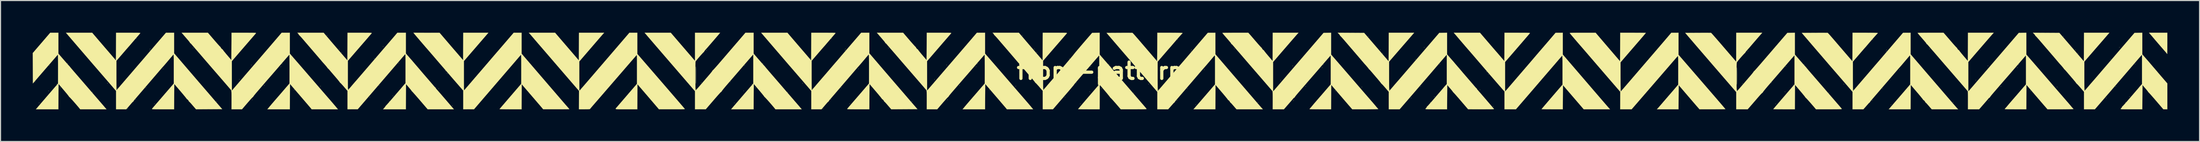
<source format=kicad_pcb>
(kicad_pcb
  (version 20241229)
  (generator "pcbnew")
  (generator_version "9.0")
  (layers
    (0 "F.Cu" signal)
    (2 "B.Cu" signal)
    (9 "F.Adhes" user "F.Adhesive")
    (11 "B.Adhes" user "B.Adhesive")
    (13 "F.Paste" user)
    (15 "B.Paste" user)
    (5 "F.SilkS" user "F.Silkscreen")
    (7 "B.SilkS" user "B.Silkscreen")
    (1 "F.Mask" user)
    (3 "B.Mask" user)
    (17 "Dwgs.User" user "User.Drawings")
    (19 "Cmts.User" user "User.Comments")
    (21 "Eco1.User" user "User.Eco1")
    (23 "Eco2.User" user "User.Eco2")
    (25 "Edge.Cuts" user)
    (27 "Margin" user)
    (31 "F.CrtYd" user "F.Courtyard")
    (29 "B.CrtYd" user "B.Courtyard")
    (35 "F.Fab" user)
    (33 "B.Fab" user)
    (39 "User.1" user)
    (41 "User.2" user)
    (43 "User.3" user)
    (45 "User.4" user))
  (footprint "front-pattern"
    (layer "F.Cu")
    (at 99.519 3.576)
    (property "Reference" "front-pattern" (at 0 0 0) (layer "F.SilkS") (effects (font (size 1.524 1.524) (thickness 0.3))))
    (attr through_hole)
    (fp_poly (pts (xy -99.293 1.002) (xy -99.307 1.016) (xy -99.321 1.002) (xy -99.307 0.989) (xy -99.293 1.002)) (stroke (width 0.01) (type solid)) (fill yes) (layer "F.SilkS"))
    (fp_poly (pts (xy -98.909 2.979) (xy -98.923 2.993) (xy -98.936 2.979) (xy -98.923 2.966) (xy -98.909 2.979)) (stroke (width 0.01) (type solid)) (fill yes) (layer "F.SilkS"))
    (fp_poly (pts (xy -98.03 1.854) (xy -98.044 1.867) (xy -98.058 1.854) (xy -98.044 1.84) (xy -98.03 1.854)) (stroke (width 0.01) (type solid)) (fill yes) (layer "F.SilkS"))
    (fp_poly (pts (xy -97.948 -0.508) (xy -97.962 -0.494) (xy -97.975 -0.508) (xy -97.962 -0.522) (xy -97.948 -0.508)) (stroke (width 0.01) (type solid)) (fill yes) (layer "F.SilkS"))
    (fp_poly (pts (xy -97.261 1.222) (xy -97.275 1.236) (xy -97.289 1.222) (xy -97.275 1.208) (xy -97.261 1.222)) (stroke (width 0.01) (type solid)) (fill yes) (layer "F.SilkS"))
    (fp_poly (pts (xy -96.932 1.551) (xy -96.946 1.565) (xy -96.959 1.551) (xy -96.946 1.538) (xy -96.932 1.551)) (stroke (width 0.01) (type solid)) (fill yes) (layer "F.SilkS"))
    (fp_poly (pts (xy -96.245 -0.7) (xy -96.259 -0.686) (xy -96.273 -0.7) (xy -96.259 -0.714) (xy -96.245 -0.7)) (stroke (width 0.01) (type solid)) (fill yes) (layer "F.SilkS"))
    (fp_poly (pts (xy -93.939 1.963) (xy -93.953 1.977) (xy -93.966 1.963) (xy -93.953 1.95) (xy -93.939 1.963)) (stroke (width 0.01) (type solid)) (fill yes) (layer "F.SilkS"))
    (fp_poly (pts (xy -92.538 1.14) (xy -92.552 1.153) (xy -92.566 1.14) (xy -92.552 1.126) (xy -92.538 1.14)) (stroke (width 0.01) (type solid)) (fill yes) (layer "F.SilkS"))
    (fp_poly (pts (xy -91.797 -1.167) (xy -91.811 -1.153) (xy -91.824 -1.167) (xy -91.811 -1.181) (xy -91.797 -1.167)) (stroke (width 0.01) (type solid)) (fill yes) (layer "F.SilkS"))
    (fp_poly (pts (xy -91.632 1.661) (xy -91.646 1.675) (xy -91.66 1.661) (xy -91.646 1.648) (xy -91.632 1.661)) (stroke (width 0.01) (type solid)) (fill yes) (layer "F.SilkS"))
    (fp_poly (pts (xy -90.644 3.529) (xy -90.657 3.542) (xy -90.671 3.529) (xy -90.657 3.515) (xy -90.644 3.529)) (stroke (width 0.01) (type solid)) (fill yes) (layer "F.SilkS"))
    (fp_poly (pts (xy -89.902 2.65) (xy -89.916 2.664) (xy -89.93 2.65) (xy -89.916 2.636) (xy -89.902 2.65)) (stroke (width 0.01) (type solid)) (fill yes) (layer "F.SilkS"))
    (fp_poly (pts (xy -89.847 -3.034) (xy -89.861 -3.021) (xy -89.875 -3.034) (xy -89.861 -3.048) (xy -89.847 -3.034)) (stroke (width 0.01) (type solid)) (fill yes) (layer "F.SilkS"))
    (fp_poly (pts (xy -88.941 1.551) (xy -88.955 1.565) (xy -88.969 1.551) (xy -88.955 1.538) (xy -88.941 1.551)) (stroke (width 0.01) (type solid)) (fill yes) (layer "F.SilkS"))
    (fp_poly (pts (xy -88.584 -1.936) (xy -88.598 -1.922) (xy -88.612 -1.936) (xy -88.598 -1.95) (xy -88.584 -1.936)) (stroke (width 0.01) (type solid)) (fill yes) (layer "F.SilkS"))
    (fp_poly (pts (xy -88.557 -2.073) (xy -88.57 -2.059) (xy -88.584 -2.073) (xy -88.57 -2.087) (xy -88.557 -2.073)) (stroke (width 0.01) (type solid)) (fill yes) (layer "F.SilkS"))
    (fp_poly (pts (xy -88.145 3.062) (xy -88.159 3.075) (xy -88.172 3.062) (xy -88.159 3.048) (xy -88.145 3.062)) (stroke (width 0.01) (type solid)) (fill yes) (layer "F.SilkS"))
    (fp_poly (pts (xy -87.349 -0.206) (xy -87.362 -0.192) (xy -87.376 -0.206) (xy -87.362 -0.22) (xy -87.349 -0.206)) (stroke (width 0.01) (type solid)) (fill yes) (layer "F.SilkS"))
    (fp_poly (pts (xy -84.548 -2.156) (xy -84.561 -2.142) (xy -84.575 -2.156) (xy -84.561 -2.169) (xy -84.548 -2.156)) (stroke (width 0.01) (type solid)) (fill yes) (layer "F.SilkS"))
    (fp_poly (pts (xy -82.351 2.842) (xy -82.365 2.856) (xy -82.378 2.842) (xy -82.365 2.828) (xy -82.351 2.842)) (stroke (width 0.01) (type solid)) (fill yes) (layer "F.SilkS"))
    (fp_poly (pts (xy -80.237 0.783) (xy -80.25 0.796) (xy -80.264 0.783) (xy -80.25 0.769) (xy -80.237 0.783)) (stroke (width 0.01) (type solid)) (fill yes) (layer "F.SilkS"))
    (fp_poly (pts (xy -79.111 -0.563) (xy -79.124 -0.549) (xy -79.138 -0.563) (xy -79.124 -0.577) (xy -79.111 -0.563)) (stroke (width 0.01) (type solid)) (fill yes) (layer "F.SilkS"))
    (fp_poly (pts (xy -79.028 2.677) (xy -79.042 2.691) (xy -79.056 2.677) (xy -79.042 2.664) (xy -79.028 2.677)) (stroke (width 0.01) (type solid)) (fill yes) (layer "F.SilkS"))
    (fp_poly (pts (xy -77.902 1.359) (xy -77.916 1.373) (xy -77.93 1.359) (xy -77.916 1.346) (xy -77.902 1.359)) (stroke (width 0.01) (type solid)) (fill yes) (layer "F.SilkS"))
    (fp_poly (pts (xy -76.365 -0.398) (xy -76.378 -0.384) (xy -76.392 -0.398) (xy -76.378 -0.412) (xy -76.365 -0.398)) (stroke (width 0.01) (type solid)) (fill yes) (layer "F.SilkS"))
    (fp_poly (pts (xy -76.255 -0.673) (xy -76.269 -0.659) (xy -76.282 -0.673) (xy -76.269 -0.686) (xy -76.255 -0.673)) (stroke (width 0.01) (type solid)) (fill yes) (layer "F.SilkS"))
    (fp_poly (pts (xy -75.129 1.771) (xy -75.143 1.785) (xy -75.157 1.771) (xy -75.143 1.757) (xy -75.129 1.771)) (stroke (width 0.01) (type solid)) (fill yes) (layer "F.SilkS"))
    (fp_poly (pts (xy -72.658 1.414) (xy -72.671 1.428) (xy -72.685 1.414) (xy -72.671 1.4) (xy -72.658 1.414)) (stroke (width 0.01) (type solid)) (fill yes) (layer "F.SilkS"))
    (fp_poly (pts (xy -72.054 -3.309) (xy -72.067 -3.295) (xy -72.081 -3.309) (xy -72.067 -3.323) (xy -72.054 -3.309)) (stroke (width 0.01) (type solid)) (fill yes) (layer "F.SilkS"))
    (fp_poly (pts (xy -70.928 -2.046) (xy -70.942 -2.032) (xy -70.955 -2.046) (xy -70.942 -2.059) (xy -70.928 -2.046)) (stroke (width 0.01) (type solid)) (fill yes) (layer "F.SilkS"))
    (fp_poly (pts (xy -70.708 -1.744) (xy -70.722 -1.73) (xy -70.736 -1.744) (xy -70.722 -1.757) (xy -70.708 -1.744)) (stroke (width 0.01) (type solid)) (fill yes) (layer "F.SilkS"))
    (fp_poly (pts (xy -70.049 1.661) (xy -70.063 1.675) (xy -70.077 1.661) (xy -70.063 1.648) (xy -70.049 1.661)) (stroke (width 0.01) (type solid)) (fill yes) (layer "F.SilkS"))
    (fp_poly (pts (xy -68.072 2.43) (xy -68.086 2.444) (xy -68.099 2.43) (xy -68.086 2.416) (xy -68.072 2.43)) (stroke (width 0.01) (type solid)) (fill yes) (layer "F.SilkS"))
    (fp_poly (pts (xy -67.66 -1.167) (xy -67.674 -1.153) (xy -67.688 -1.167) (xy -67.674 -1.181) (xy -67.66 -1.167)) (stroke (width 0.01) (type solid)) (fill yes) (layer "F.SilkS"))
    (fp_poly (pts (xy -67.193 1.359) (xy -67.207 1.373) (xy -67.221 1.359) (xy -67.207 1.346) (xy -67.193 1.359)) (stroke (width 0.01) (type solid)) (fill yes) (layer "F.SilkS"))
    (fp_poly (pts (xy -66.836 -2.293) (xy -66.85 -2.279) (xy -66.864 -2.293) (xy -66.85 -2.307) (xy -66.836 -2.293)) (stroke (width 0.01) (type solid)) (fill yes) (layer "F.SilkS"))
    (fp_poly (pts (xy -66.26 2.842) (xy -66.273 2.856) (xy -66.287 2.842) (xy -66.273 2.828) (xy -66.26 2.842)) (stroke (width 0.01) (type solid)) (fill yes) (layer "F.SilkS"))
    (fp_poly (pts (xy -65.903 2.32) (xy -65.916 2.334) (xy -65.93 2.32) (xy -65.916 2.307) (xy -65.903 2.32)) (stroke (width 0.01) (type solid)) (fill yes) (layer "F.SilkS"))
    (fp_poly (pts (xy -65.381 -0.728) (xy -65.395 -0.714) (xy -65.408 -0.728) (xy -65.395 -0.741) (xy -65.381 -0.728)) (stroke (width 0.01) (type solid)) (fill yes) (layer "F.SilkS"))
    (fp_poly (pts (xy -61.646 1.661) (xy -61.66 1.675) (xy -61.674 1.661) (xy -61.66 1.648) (xy -61.646 1.661)) (stroke (width 0.01) (type solid)) (fill yes) (layer "F.SilkS"))
    (fp_poly (pts (xy -61.015 -0.014) (xy -61.029 0) (xy -61.042 -0.014) (xy -61.029 -0.027) (xy -61.015 -0.014)) (stroke (width 0.01) (type solid)) (fill yes) (layer "F.SilkS"))
    (fp_poly (pts (xy -60.85 0.233) (xy -60.864 0.247) (xy -60.878 0.233) (xy -60.864 0.22) (xy -60.85 0.233)) (stroke (width 0.01) (type solid)) (fill yes) (layer "F.SilkS"))
    (fp_poly (pts (xy -60.383 3.226) (xy -60.397 3.24) (xy -60.411 3.226) (xy -60.397 3.213) (xy -60.383 3.226)) (stroke (width 0.01) (type solid)) (fill yes) (layer "F.SilkS"))
    (fp_poly (pts (xy -37.674 1.689) (xy -37.688 1.702) (xy -37.702 1.689) (xy -37.688 1.675) (xy -37.674 1.689)) (stroke (width 0.01) (type solid)) (fill yes) (layer "F.SilkS"))
    (fp_poly (pts (xy -37.153 1.085) (xy -37.166 1.098) (xy -37.18 1.085) (xy -37.166 1.071) (xy -37.153 1.085)) (stroke (width 0.01) (type solid)) (fill yes) (layer "F.SilkS"))
    (fp_poly (pts (xy -36.658 -1.936) (xy -36.672 -1.922) (xy -36.686 -1.936) (xy -36.672 -1.95) (xy -36.658 -1.936)) (stroke (width 0.01) (type solid)) (fill yes) (layer "F.SilkS"))
    (fp_poly (pts (xy -34.462 1.002) (xy -34.475 1.016) (xy -34.489 1.002) (xy -34.475 0.989) (xy -34.462 1.002)) (stroke (width 0.01) (type solid)) (fill yes) (layer "F.SilkS"))
    (fp_poly (pts (xy -34.077 2.979) (xy -34.091 2.993) (xy -34.105 2.979) (xy -34.091 2.966) (xy -34.077 2.979)) (stroke (width 0.01) (type solid)) (fill yes) (layer "F.SilkS"))
    (fp_poly (pts (xy -33.198 1.854) (xy -33.212 1.867) (xy -33.226 1.854) (xy -33.212 1.84) (xy -33.198 1.854)) (stroke (width 0.01) (type solid)) (fill yes) (layer "F.SilkS"))
    (fp_poly (pts (xy -33.116 -0.508) (xy -33.13 -0.494) (xy -33.144 -0.508) (xy -33.13 -0.522) (xy -33.116 -0.508)) (stroke (width 0.01) (type solid)) (fill yes) (layer "F.SilkS"))
    (fp_poly (pts (xy -32.43 1.222) (xy -32.443 1.236) (xy -32.457 1.222) (xy -32.443 1.208) (xy -32.43 1.222)) (stroke (width 0.01) (type solid)) (fill yes) (layer "F.SilkS"))
    (fp_poly (pts (xy -32.1 1.551) (xy -32.114 1.565) (xy -32.128 1.551) (xy -32.114 1.538) (xy -32.1 1.551)) (stroke (width 0.01) (type solid)) (fill yes) (layer "F.SilkS"))
    (fp_poly (pts (xy -31.414 -0.7) (xy -31.427 -0.686) (xy -31.441 -0.7) (xy -31.427 -0.714) (xy -31.414 -0.7)) (stroke (width 0.01) (type solid)) (fill yes) (layer "F.SilkS"))
    (fp_poly (pts (xy -29.107 1.963) (xy -29.121 1.977) (xy -29.134 1.963) (xy -29.121 1.95) (xy -29.107 1.963)) (stroke (width 0.01) (type solid)) (fill yes) (layer "F.SilkS"))
    (fp_poly (pts (xy -27.707 1.14) (xy -27.72 1.153) (xy -27.734 1.14) (xy -27.72 1.126) (xy -27.707 1.14)) (stroke (width 0.01) (type solid)) (fill yes) (layer "F.SilkS"))
    (fp_poly (pts (xy -26.965 -1.167) (xy -26.979 -1.153) (xy -26.993 -1.167) (xy -26.979 -1.181) (xy -26.965 -1.167)) (stroke (width 0.01) (type solid)) (fill yes) (layer "F.SilkS"))
    (fp_poly (pts (xy -26.8 1.661) (xy -26.814 1.675) (xy -26.828 1.661) (xy -26.814 1.648) (xy -26.8 1.661)) (stroke (width 0.01) (type solid)) (fill yes) (layer "F.SilkS"))
    (fp_poly (pts (xy -25.812 3.529) (xy -25.826 3.542) (xy -25.839 3.529) (xy -25.826 3.515) (xy -25.812 3.529)) (stroke (width 0.01) (type solid)) (fill yes) (layer "F.SilkS"))
    (fp_poly (pts (xy -25.07 2.65) (xy -25.084 2.664) (xy -25.098 2.65) (xy -25.084 2.636) (xy -25.07 2.65)) (stroke (width 0.01) (type solid)) (fill yes) (layer "F.SilkS"))
    (fp_poly (pts (xy -25.016 -3.034) (xy -25.029 -3.021) (xy -25.043 -3.034) (xy -25.029 -3.048) (xy -25.016 -3.034)) (stroke (width 0.01) (type solid)) (fill yes) (layer "F.SilkS"))
    (fp_poly (pts (xy -24.109 1.551) (xy -24.123 1.565) (xy -24.137 1.551) (xy -24.123 1.538) (xy -24.109 1.551)) (stroke (width 0.01) (type solid)) (fill yes) (layer "F.SilkS"))
    (fp_poly (pts (xy -23.752 -1.936) (xy -23.766 -1.922) (xy -23.78 -1.936) (xy -23.766 -1.95) (xy -23.752 -1.936)) (stroke (width 0.01) (type solid)) (fill yes) (layer "F.SilkS"))
    (fp_poly (pts (xy -23.725 -2.073) (xy -23.739 -2.059) (xy -23.752 -2.073) (xy -23.739 -2.087) (xy -23.725 -2.073)) (stroke (width 0.01) (type solid)) (fill yes) (layer "F.SilkS"))
    (fp_poly (pts (xy -23.313 3.062) (xy -23.327 3.075) (xy -23.341 3.062) (xy -23.327 3.048) (xy -23.313 3.062)) (stroke (width 0.01) (type solid)) (fill yes) (layer "F.SilkS"))
    (fp_poly (pts (xy -22.517 -0.206) (xy -22.53 -0.192) (xy -22.544 -0.206) (xy -22.53 -0.22) (xy -22.517 -0.206)) (stroke (width 0.01) (type solid)) (fill yes) (layer "F.SilkS"))
    (fp_poly (pts (xy -19.716 -2.156) (xy -19.73 -2.142) (xy -19.743 -2.156) (xy -19.73 -2.169) (xy -19.716 -2.156)) (stroke (width 0.01) (type solid)) (fill yes) (layer "F.SilkS"))
    (fp_poly (pts (xy -17.519 2.842) (xy -17.533 2.856) (xy -17.547 2.842) (xy -17.533 2.828) (xy -17.519 2.842)) (stroke (width 0.01) (type solid)) (fill yes) (layer "F.SilkS"))
    (fp_poly (pts (xy -15.405 0.783) (xy -15.418 0.796) (xy -15.432 0.783) (xy -15.418 0.769) (xy -15.405 0.783)) (stroke (width 0.01) (type solid)) (fill yes) (layer "F.SilkS"))
    (fp_poly (pts (xy -14.279 -0.563) (xy -14.293 -0.549) (xy -14.306 -0.563) (xy -14.293 -0.577) (xy -14.279 -0.563)) (stroke (width 0.01) (type solid)) (fill yes) (layer "F.SilkS"))
    (fp_poly (pts (xy -14.197 2.677) (xy -14.21 2.691) (xy -14.224 2.677) (xy -14.21 2.664) (xy -14.197 2.677)) (stroke (width 0.01) (type solid)) (fill yes) (layer "F.SilkS"))
    (fp_poly (pts (xy -13.071 1.359) (xy -13.084 1.373) (xy -13.098 1.359) (xy -13.084 1.346) (xy -13.071 1.359)) (stroke (width 0.01) (type solid)) (fill yes) (layer "F.SilkS"))
    (fp_poly (pts (xy -11.533 -0.398) (xy -11.547 -0.384) (xy -11.56 -0.398) (xy -11.547 -0.412) (xy -11.533 -0.398)) (stroke (width 0.01) (type solid)) (fill yes) (layer "F.SilkS"))
    (fp_poly (pts (xy -11.423 -0.673) (xy -11.437 -0.659) (xy -11.451 -0.673) (xy -11.437 -0.686) (xy -11.423 -0.673)) (stroke (width 0.01) (type solid)) (fill yes) (layer "F.SilkS"))
    (fp_poly (pts (xy -10.297 1.771) (xy -10.311 1.785) (xy -10.325 1.771) (xy -10.311 1.757) (xy -10.297 1.771)) (stroke (width 0.01) (type solid)) (fill yes) (layer "F.SilkS"))
    (fp_poly (pts (xy -7.826 1.414) (xy -7.84 1.428) (xy -7.853 1.414) (xy -7.84 1.4) (xy -7.826 1.414)) (stroke (width 0.01) (type solid)) (fill yes) (layer "F.SilkS"))
    (fp_poly (pts (xy -7.222 -3.309) (xy -7.236 -3.295) (xy -7.249 -3.309) (xy -7.236 -3.323) (xy -7.222 -3.309)) (stroke (width 0.01) (type solid)) (fill yes) (layer "F.SilkS"))
    (fp_poly (pts (xy -6.096 -2.046) (xy -6.11 -2.032) (xy -6.123 -2.046) (xy -6.11 -2.059) (xy -6.096 -2.046)) (stroke (width 0.01) (type solid)) (fill yes) (layer "F.SilkS"))
    (fp_poly (pts (xy -5.876 -1.744) (xy -5.89 -1.73) (xy -5.904 -1.744) (xy -5.89 -1.757) (xy -5.876 -1.744)) (stroke (width 0.01) (type solid)) (fill yes) (layer "F.SilkS"))
    (fp_poly (pts (xy -5.217 1.661) (xy -5.231 1.675) (xy -5.245 1.661) (xy -5.231 1.648) (xy -5.217 1.661)) (stroke (width 0.01) (type solid)) (fill yes) (layer "F.SilkS"))
    (fp_poly (pts (xy -3.24 2.43) (xy -3.254 2.444) (xy -3.268 2.43) (xy -3.254 2.416) (xy -3.24 2.43)) (stroke (width 0.01) (type solid)) (fill yes) (layer "F.SilkS"))
    (fp_poly (pts (xy -2.828 -1.167) (xy -2.842 -1.153) (xy -2.856 -1.167) (xy -2.842 -1.181) (xy -2.828 -1.167)) (stroke (width 0.01) (type solid)) (fill yes) (layer "F.SilkS"))
    (fp_poly (pts (xy -2.197 1.085) (xy -2.21 1.098) (xy -2.224 1.085) (xy -2.21 1.071) (xy -2.197 1.085)) (stroke (width 0.01) (type solid)) (fill yes) (layer "F.SilkS"))
    (fp_poly (pts (xy -1.812 3.062) (xy -1.826 3.075) (xy -1.84 3.062) (xy -1.826 3.048) (xy -1.812 3.062)) (stroke (width 0.01) (type solid)) (fill yes) (layer "F.SilkS"))
    (fp_poly (pts (xy -0.934 1.936) (xy -0.947 1.95) (xy -0.961 1.936) (xy -0.947 1.922) (xy -0.934 1.936)) (stroke (width 0.01) (type solid)) (fill yes) (layer "F.SilkS"))
    (fp_poly (pts (xy -0.851 -0.426) (xy -0.865 -0.412) (xy -0.879 -0.426) (xy -0.865 -0.439) (xy -0.851 -0.426)) (stroke (width 0.01) (type solid)) (fill yes) (layer "F.SilkS"))
    (fp_poly (pts (xy -0.165 1.304) (xy -0.178 1.318) (xy -0.192 1.304) (xy -0.178 1.291) (xy -0.165 1.304)) (stroke (width 0.01) (type solid)) (fill yes) (layer "F.SilkS"))
    (fp_poly (pts (xy 0.165 1.634) (xy 0.151 1.648) (xy 0.137 1.634) (xy 0.151 1.62) (xy 0.165 1.634)) (stroke (width 0.01) (type solid)) (fill yes) (layer "F.SilkS"))
    (fp_poly (pts (xy 0.851 -0.618) (xy 0.838 -0.604) (xy 0.824 -0.618) (xy 0.838 -0.632) (xy 0.851 -0.618)) (stroke (width 0.01) (type solid)) (fill yes) (layer "F.SilkS"))
    (fp_poly (pts (xy 3.158 2.046) (xy 3.144 2.059) (xy 3.13 2.046) (xy 3.144 2.032) (xy 3.158 2.046)) (stroke (width 0.01) (type solid)) (fill yes) (layer "F.SilkS"))
    (fp_poly (pts (xy 4.558 1.222) (xy 4.545 1.236) (xy 4.531 1.222) (xy 4.545 1.208) (xy 4.558 1.222)) (stroke (width 0.01) (type solid)) (fill yes) (layer "F.SilkS"))
    (fp_poly (pts (xy 5.3 -1.085) (xy 5.286 -1.071) (xy 5.272 -1.085) (xy 5.286 -1.098) (xy 5.3 -1.085)) (stroke (width 0.01) (type solid)) (fill yes) (layer "F.SilkS"))
    (fp_poly (pts (xy 5.464 1.744) (xy 5.451 1.757) (xy 5.437 1.744) (xy 5.451 1.73) (xy 5.464 1.744)) (stroke (width 0.01) (type solid)) (fill yes) (layer "F.SilkS"))
    (fp_poly (pts (xy 7.194 2.732) (xy 7.181 2.746) (xy 7.167 2.732) (xy 7.181 2.718) (xy 7.194 2.732)) (stroke (width 0.01) (type solid)) (fill yes) (layer "F.SilkS"))
    (fp_poly (pts (xy 7.249 -2.952) (xy 7.236 -2.938) (xy 7.222 -2.952) (xy 7.236 -2.966) (xy 7.249 -2.952)) (stroke (width 0.01) (type solid)) (fill yes) (layer "F.SilkS"))
    (fp_poly (pts (xy 8.155 1.634) (xy 8.142 1.648) (xy 8.128 1.634) (xy 8.142 1.62) (xy 8.155 1.634)) (stroke (width 0.01) (type solid)) (fill yes) (layer "F.SilkS"))
    (fp_poly (pts (xy 8.512 -1.854) (xy 8.499 -1.84) (xy 8.485 -1.854) (xy 8.499 -1.867) (xy 8.512 -1.854)) (stroke (width 0.01) (type solid)) (fill yes) (layer "F.SilkS"))
    (fp_poly (pts (xy 8.54 -1.991) (xy 8.526 -1.977) (xy 8.512 -1.991) (xy 8.526 -2.005) (xy 8.54 -1.991)) (stroke (width 0.01) (type solid)) (fill yes) (layer "F.SilkS"))
    (fp_poly (pts (xy 8.952 3.144) (xy 8.938 3.158) (xy 8.924 3.144) (xy 8.938 3.13) (xy 8.952 3.144)) (stroke (width 0.01) (type solid)) (fill yes) (layer "F.SilkS"))
    (fp_poly (pts (xy 9.748 -0.124) (xy 9.734 -0.11) (xy 9.721 -0.124) (xy 9.734 -0.137) (xy 9.748 -0.124)) (stroke (width 0.01) (type solid)) (fill yes) (layer "F.SilkS"))
    (fp_poly (pts (xy 12.549 -2.073) (xy 12.535 -2.059) (xy 12.522 -2.073) (xy 12.535 -2.087) (xy 12.549 -2.073)) (stroke (width 0.01) (type solid)) (fill yes) (layer "F.SilkS"))
    (fp_poly (pts (xy 14.746 2.924) (xy 14.732 2.938) (xy 14.718 2.924) (xy 14.732 2.911) (xy 14.746 2.924)) (stroke (width 0.01) (type solid)) (fill yes) (layer "F.SilkS"))
    (fp_poly (pts (xy 16.86 0.865) (xy 16.846 0.879) (xy 16.833 0.865) (xy 16.846 0.851) (xy 16.86 0.865)) (stroke (width 0.01) (type solid)) (fill yes) (layer "F.SilkS"))
    (fp_poly (pts (xy 17.986 -0.481) (xy 17.972 -0.467) (xy 17.958 -0.481) (xy 17.972 -0.494) (xy 17.986 -0.481)) (stroke (width 0.01) (type solid)) (fill yes) (layer "F.SilkS"))
    (fp_poly (pts (xy 18.068 2.76) (xy 18.055 2.773) (xy 18.041 2.76) (xy 18.055 2.746) (xy 18.068 2.76)) (stroke (width 0.01) (type solid)) (fill yes) (layer "F.SilkS"))
    (fp_poly (pts (xy 19.194 1.442) (xy 19.18 1.455) (xy 19.167 1.442) (xy 19.18 1.428) (xy 19.194 1.442)) (stroke (width 0.01) (type solid)) (fill yes) (layer "F.SilkS"))
    (fp_poly (pts (xy 20.732 -0.316) (xy 20.718 -0.302) (xy 20.704 -0.316) (xy 20.718 -0.33) (xy 20.732 -0.316)) (stroke (width 0.01) (type solid)) (fill yes) (layer "F.SilkS"))
    (fp_poly (pts (xy 20.842 -0.59) (xy 20.828 -0.577) (xy 20.814 -0.59) (xy 20.828 -0.604) (xy 20.842 -0.59)) (stroke (width 0.01) (type solid)) (fill yes) (layer "F.SilkS"))
    (fp_poly (pts (xy 21.968 1.854) (xy 21.954 1.867) (xy 21.94 1.854) (xy 21.954 1.84) (xy 21.968 1.854)) (stroke (width 0.01) (type solid)) (fill yes) (layer "F.SilkS"))
    (fp_poly (pts (xy 24.439 1.497) (xy 24.425 1.51) (xy 24.411 1.497) (xy 24.425 1.483) (xy 24.439 1.497)) (stroke (width 0.01) (type solid)) (fill yes) (layer "F.SilkS"))
    (fp_poly (pts (xy 25.043 -3.226) (xy 25.029 -3.213) (xy 25.016 -3.226) (xy 25.029 -3.24) (xy 25.043 -3.226)) (stroke (width 0.01) (type solid)) (fill yes) (layer "F.SilkS"))
    (fp_poly (pts (xy 26.169 -1.963) (xy 26.155 -1.95) (xy 26.141 -1.963) (xy 26.155 -1.977) (xy 26.169 -1.963)) (stroke (width 0.01) (type solid)) (fill yes) (layer "F.SilkS"))
    (fp_poly (pts (xy 26.389 -1.661) (xy 26.375 -1.648) (xy 26.361 -1.661) (xy 26.375 -1.675) (xy 26.389 -1.661)) (stroke (width 0.01) (type solid)) (fill yes) (layer "F.SilkS"))
    (fp_poly (pts (xy 27.048 1.744) (xy 27.034 1.757) (xy 27.02 1.744) (xy 27.034 1.73) (xy 27.048 1.744)) (stroke (width 0.01) (type solid)) (fill yes) (layer "F.SilkS"))
    (fp_poly (pts (xy 29.025 2.513) (xy 29.011 2.526) (xy 28.997 2.513) (xy 29.011 2.499) (xy 29.025 2.513)) (stroke (width 0.01) (type solid)) (fill yes) (layer "F.SilkS"))
    (fp_poly (pts (xy 29.437 -1.085) (xy 29.423 -1.071) (xy 29.409 -1.085) (xy 29.423 -1.098) (xy 29.437 -1.085)) (stroke (width 0.01) (type solid)) (fill yes) (layer "F.SilkS"))
    (fp_poly (pts (xy 29.903 1.442) (xy 29.89 1.455) (xy 29.876 1.442) (xy 29.89 1.428) (xy 29.903 1.442)) (stroke (width 0.01) (type solid)) (fill yes) (layer "F.SilkS"))
    (fp_poly (pts (xy 30.26 -2.21) (xy 30.247 -2.197) (xy 30.233 -2.21) (xy 30.247 -2.224) (xy 30.26 -2.21)) (stroke (width 0.01) (type solid)) (fill yes) (layer "F.SilkS"))
    (fp_poly (pts (xy 30.837 2.924) (xy 30.823 2.938) (xy 30.81 2.924) (xy 30.823 2.911) (xy 30.837 2.924)) (stroke (width 0.01) (type solid)) (fill yes) (layer "F.SilkS"))
    (fp_poly (pts (xy 31.194 2.403) (xy 31.18 2.416) (xy 31.166 2.403) (xy 31.18 2.389) (xy 31.194 2.403)) (stroke (width 0.01) (type solid)) (fill yes) (layer "F.SilkS"))
    (fp_poly (pts (xy 31.716 -0.645) (xy 31.702 -0.632) (xy 31.688 -0.645) (xy 31.702 -0.659) (xy 31.716 -0.645)) (stroke (width 0.01) (type solid)) (fill yes) (layer "F.SilkS"))
    (fp_poly (pts (xy 35.45 1.744) (xy 35.436 1.757) (xy 35.423 1.744) (xy 35.436 1.73) (xy 35.45 1.744)) (stroke (width 0.01) (type solid)) (fill yes) (layer "F.SilkS"))
    (fp_poly (pts (xy 36.082 0.069) (xy 36.068 0.082) (xy 36.054 0.069) (xy 36.068 0.055) (xy 36.082 0.069)) (stroke (width 0.01) (type solid)) (fill yes) (layer "F.SilkS"))
    (fp_poly (pts (xy 36.246 0.316) (xy 36.233 0.33) (xy 36.219 0.316) (xy 36.233 0.302) (xy 36.246 0.316)) (stroke (width 0.01) (type solid)) (fill yes) (layer "F.SilkS"))
    (fp_poly (pts (xy 36.713 3.309) (xy 36.7 3.323) (xy 36.686 3.309) (xy 36.7 3.295) (xy 36.713 3.309)) (stroke (width 0.01) (type solid)) (fill yes) (layer "F.SilkS"))
    (fp_poly (pts (xy 59.422 1.771) (xy 59.409 1.785) (xy 59.395 1.771) (xy 59.409 1.757) (xy 59.422 1.771)) (stroke (width 0.01) (type solid)) (fill yes) (layer "F.SilkS"))
    (fp_poly (pts (xy 59.944 1.167) (xy 59.93 1.181) (xy 59.917 1.167) (xy 59.93 1.153) (xy 59.944 1.167)) (stroke (width 0.01) (type solid)) (fill yes) (layer "F.SilkS"))
    (fp_poly (pts (xy 60.438 -1.854) (xy 60.425 -1.84) (xy 60.411 -1.854) (xy 60.425 -1.867) (xy 60.438 -1.854)) (stroke (width 0.01) (type solid)) (fill yes) (layer "F.SilkS"))
    (fp_poly (pts (xy 62.635 1.085) (xy 62.621 1.098) (xy 62.608 1.085) (xy 62.621 1.071) (xy 62.635 1.085)) (stroke (width 0.01) (type solid)) (fill yes) (layer "F.SilkS"))
    (fp_poly (pts (xy 63.019 3.062) (xy 63.006 3.075) (xy 62.992 3.062) (xy 63.006 3.048) (xy 63.019 3.062)) (stroke (width 0.01) (type solid)) (fill yes) (layer "F.SilkS"))
    (fp_poly (pts (xy 63.898 1.936) (xy 63.884 1.95) (xy 63.871 1.936) (xy 63.884 1.922) (xy 63.898 1.936)) (stroke (width 0.01) (type solid)) (fill yes) (layer "F.SilkS"))
    (fp_poly (pts (xy 63.981 -0.426) (xy 63.967 -0.412) (xy 63.953 -0.426) (xy 63.967 -0.439) (xy 63.981 -0.426)) (stroke (width 0.01) (type solid)) (fill yes) (layer "F.SilkS"))
    (fp_poly (pts (xy 64.667 1.304) (xy 64.653 1.318) (xy 64.64 1.304) (xy 64.653 1.291) (xy 64.667 1.304)) (stroke (width 0.01) (type solid)) (fill yes) (layer "F.SilkS"))
    (fp_poly (pts (xy 64.997 1.634) (xy 64.983 1.648) (xy 64.969 1.634) (xy 64.983 1.62) (xy 64.997 1.634)) (stroke (width 0.01) (type solid)) (fill yes) (layer "F.SilkS"))
    (fp_poly (pts (xy 65.683 -0.618) (xy 65.669 -0.604) (xy 65.656 -0.618) (xy 65.669 -0.632) (xy 65.683 -0.618)) (stroke (width 0.01) (type solid)) (fill yes) (layer "F.SilkS"))
    (fp_poly (pts (xy 67.99 2.046) (xy 67.976 2.059) (xy 67.962 2.046) (xy 67.976 2.032) (xy 67.99 2.046)) (stroke (width 0.01) (type solid)) (fill yes) (layer "F.SilkS"))
    (fp_poly (pts (xy 69.39 1.222) (xy 69.376 1.236) (xy 69.363 1.222) (xy 69.376 1.208) (xy 69.39 1.222)) (stroke (width 0.01) (type solid)) (fill yes) (layer "F.SilkS"))
    (fp_poly (pts (xy 70.131 -1.085) (xy 70.118 -1.071) (xy 70.104 -1.085) (xy 70.118 -1.098) (xy 70.131 -1.085)) (stroke (width 0.01) (type solid)) (fill yes) (layer "F.SilkS"))
    (fp_poly (pts (xy 70.296 1.744) (xy 70.282 1.757) (xy 70.269 1.744) (xy 70.282 1.73) (xy 70.296 1.744)) (stroke (width 0.01) (type solid)) (fill yes) (layer "F.SilkS"))
    (fp_poly (pts (xy 72.026 2.732) (xy 72.012 2.746) (xy 71.999 2.732) (xy 72.012 2.718) (xy 72.026 2.732)) (stroke (width 0.01) (type solid)) (fill yes) (layer "F.SilkS"))
    (fp_poly (pts (xy 72.081 -2.952) (xy 72.067 -2.938) (xy 72.054 -2.952) (xy 72.067 -2.966) (xy 72.081 -2.952)) (stroke (width 0.01) (type solid)) (fill yes) (layer "F.SilkS"))
    (fp_poly (pts (xy 72.987 1.634) (xy 72.974 1.648) (xy 72.96 1.634) (xy 72.974 1.62) (xy 72.987 1.634)) (stroke (width 0.01) (type solid)) (fill yes) (layer "F.SilkS"))
    (fp_poly (pts (xy 73.344 -1.854) (xy 73.33 -1.84) (xy 73.317 -1.854) (xy 73.33 -1.867) (xy 73.344 -1.854)) (stroke (width 0.01) (type solid)) (fill yes) (layer "F.SilkS"))
    (fp_poly (pts (xy 73.372 -1.991) (xy 73.358 -1.977) (xy 73.344 -1.991) (xy 73.358 -2.005) (xy 73.372 -1.991)) (stroke (width 0.01) (type solid)) (fill yes) (layer "F.SilkS"))
    (fp_poly (pts (xy 73.784 3.144) (xy 73.77 3.158) (xy 73.756 3.144) (xy 73.77 3.13) (xy 73.784 3.144)) (stroke (width 0.01) (type solid)) (fill yes) (layer "F.SilkS"))
    (fp_poly (pts (xy 74.58 -0.124) (xy 74.566 -0.11) (xy 74.552 -0.124) (xy 74.566 -0.137) (xy 74.58 -0.124)) (stroke (width 0.01) (type solid)) (fill yes) (layer "F.SilkS"))
    (fp_poly (pts (xy 77.381 -2.073) (xy 77.367 -2.059) (xy 77.353 -2.073) (xy 77.367 -2.087) (xy 77.381 -2.073)) (stroke (width 0.01) (type solid)) (fill yes) (layer "F.SilkS"))
    (fp_poly (pts (xy 79.578 2.924) (xy 79.564 2.938) (xy 79.55 2.924) (xy 79.564 2.911) (xy 79.578 2.924)) (stroke (width 0.01) (type solid)) (fill yes) (layer "F.SilkS"))
    (fp_poly (pts (xy 81.692 0.865) (xy 81.678 0.879) (xy 81.664 0.865) (xy 81.678 0.851) (xy 81.692 0.865)) (stroke (width 0.01) (type solid)) (fill yes) (layer "F.SilkS"))
    (fp_poly (pts (xy 82.818 -0.481) (xy 82.804 -0.467) (xy 82.79 -0.481) (xy 82.804 -0.494) (xy 82.818 -0.481)) (stroke (width 0.01) (type solid)) (fill yes) (layer "F.SilkS"))
    (fp_poly (pts (xy 82.9 2.76) (xy 82.886 2.773) (xy 82.873 2.76) (xy 82.886 2.746) (xy 82.9 2.76)) (stroke (width 0.01) (type solid)) (fill yes) (layer "F.SilkS"))
    (fp_poly (pts (xy 84.026 1.442) (xy 84.012 1.455) (xy 83.998 1.442) (xy 84.012 1.428) (xy 84.026 1.442)) (stroke (width 0.01) (type solid)) (fill yes) (layer "F.SilkS"))
    (fp_poly (pts (xy 85.564 -0.316) (xy 85.55 -0.302) (xy 85.536 -0.316) (xy 85.55 -0.33) (xy 85.564 -0.316)) (stroke (width 0.01) (type solid)) (fill yes) (layer "F.SilkS"))
    (fp_poly (pts (xy 85.674 -0.59) (xy 85.66 -0.577) (xy 85.646 -0.59) (xy 85.66 -0.604) (xy 85.674 -0.59)) (stroke (width 0.01) (type solid)) (fill yes) (layer "F.SilkS"))
    (fp_poly (pts (xy 86.799 1.854) (xy 86.786 1.867) (xy 86.772 1.854) (xy 86.786 1.84) (xy 86.799 1.854)) (stroke (width 0.01) (type solid)) (fill yes) (layer "F.SilkS"))
    (fp_poly (pts (xy 89.271 1.497) (xy 89.257 1.51) (xy 89.243 1.497) (xy 89.257 1.483) (xy 89.271 1.497)) (stroke (width 0.01) (type solid)) (fill yes) (layer "F.SilkS"))
    (fp_poly (pts (xy 89.875 -3.226) (xy 89.861 -3.213) (xy 89.847 -3.226) (xy 89.861 -3.24) (xy 89.875 -3.226)) (stroke (width 0.01) (type solid)) (fill yes) (layer "F.SilkS"))
    (fp_poly (pts (xy 91.001 -1.963) (xy 90.987 -1.95) (xy 90.973 -1.963) (xy 90.987 -1.977) (xy 91.001 -1.963)) (stroke (width 0.01) (type solid)) (fill yes) (layer "F.SilkS"))
    (fp_poly (pts (xy 91.22 -1.661) (xy 91.207 -1.648) (xy 91.193 -1.661) (xy 91.207 -1.675) (xy 91.22 -1.661)) (stroke (width 0.01) (type solid)) (fill yes) (layer "F.SilkS"))
    (fp_poly (pts (xy 91.879 1.744) (xy 91.866 1.757) (xy 91.852 1.744) (xy 91.866 1.73) (xy 91.879 1.744)) (stroke (width 0.01) (type solid)) (fill yes) (layer "F.SilkS"))
    (fp_poly (pts (xy 93.856 2.513) (xy 93.843 2.526) (xy 93.829 2.513) (xy 93.843 2.499) (xy 93.856 2.513)) (stroke (width 0.01) (type solid)) (fill yes) (layer "F.SilkS"))
    (fp_poly (pts (xy 94.268 -1.085) (xy 94.255 -1.071) (xy 94.241 -1.085) (xy 94.255 -1.098) (xy 94.268 -1.085)) (stroke (width 0.01) (type solid)) (fill yes) (layer "F.SilkS"))
    (fp_poly (pts (xy 94.735 1.442) (xy 94.721 1.455) (xy 94.708 1.442) (xy 94.721 1.428) (xy 94.735 1.442)) (stroke (width 0.01) (type solid)) (fill yes) (layer "F.SilkS"))
    (fp_poly (pts (xy 95.092 -2.21) (xy 95.078 -2.197) (xy 95.065 -2.21) (xy 95.078 -2.224) (xy 95.092 -2.21)) (stroke (width 0.01) (type solid)) (fill yes) (layer "F.SilkS"))
    (fp_poly (pts (xy 95.669 2.924) (xy 95.655 2.938) (xy 95.641 2.924) (xy 95.655 2.911) (xy 95.669 2.924)) (stroke (width 0.01) (type solid)) (fill yes) (layer "F.SilkS"))
    (fp_poly (pts (xy 96.026 2.403) (xy 96.012 2.416) (xy 95.998 2.403) (xy 96.012 2.389) (xy 96.026 2.403)) (stroke (width 0.01) (type solid)) (fill yes) (layer "F.SilkS"))
    (fp_poly (pts (xy 96.547 -0.645) (xy 96.534 -0.632) (xy 96.52 -0.645) (xy 96.534 -0.659) (xy 96.547 -0.645)) (stroke (width 0.01) (type solid)) (fill yes) (layer "F.SilkS"))
    (fp_poly (pts (xy -37.684 1.739) (xy -37.68 1.772) (xy -37.684 1.776) (xy -37.7 1.772) (xy -37.702 1.757) (xy -37.692 1.735) (xy -37.684 1.739)) (stroke (width 0.01) (type solid)) (fill yes) (layer "F.SilkS"))
    (fp_poly (pts (xy 59.413 1.821) (xy 59.416 1.854) (xy 59.413 1.858) (xy 59.397 1.854) (xy 59.395 1.84) (xy 59.405 1.817) (xy 59.413 1.821)) (stroke (width 0.01) (type solid)) (fill yes) (layer "F.SilkS"))
    (fp_poly (pts (xy -37.683 -0.375) (xy -37.682 -0.295) (xy -37.681 -0.254) (xy -37.679 -0.017) (xy -37.678 0.253) (xy -37.678 0.533) (xy -37.679 0.801) (xy -37.681 1.023) (xy -37.683 1.122) (xy -37.684 1.168) (xy -37.686 1.164) (xy -37.687 1.113) (xy -37.688 1.015) (xy -37.688 0.874) (xy -37.689 0.692) (xy -37.689 0.471) (xy -37.689 0.384) (xy -37.689 0.15) (xy -37.689 -0.046) (xy -37.688 -0.201) (xy -37.687 -0.314) (xy -37.686 -0.383) (xy -37.685 -0.404) (xy -37.683 -0.375)) (stroke (width 0.01) (type solid)) (fill yes) (layer "F.SilkS"))
    (fp_poly (pts (xy 59.413 -0.293) (xy 59.415 -0.213) (xy 59.415 -0.172) (xy 59.417 0.065) (xy 59.419 0.335) (xy 59.418 0.615) (xy 59.417 0.883) (xy 59.415 1.105) (xy 59.414 1.204) (xy 59.412 1.251) (xy 59.411 1.247) (xy 59.41 1.195) (xy 59.409 1.097) (xy 59.408 0.956) (xy 59.408 0.774) (xy 59.407 0.553) (xy 59.407 0.467) (xy 59.408 0.233) (xy 59.408 0.037) (xy 59.409 -0.119) (xy 59.41 -0.232) (xy 59.411 -0.3) (xy 59.412 -0.321) (xy 59.413 -0.293)) (stroke (width 0.01) (type solid)) (fill yes) (layer "F.SilkS"))
    (fp_poly (pts (xy 99.541 -2.581) (xy 99.54 -2.354) (xy 99.539 -2.146) (xy 99.538 -1.962) (xy 99.536 -1.808) (xy 99.534 -1.692) (xy 99.531 -1.618) (xy 99.528 -1.593) (xy 99.506 -1.613) (xy 99.494 -1.631) (xy 99.466 -1.67) (xy 99.412 -1.736) (xy 99.343 -1.817) (xy 99.331 -1.83) (xy 99.251 -1.921) (xy 99.149 -2.039) (xy 99.03 -2.176) (xy 98.9 -2.326) (xy 98.766 -2.482) (xy 98.634 -2.635) (xy 98.509 -2.78) (xy 98.399 -2.909) (xy 98.309 -3.015) (xy 98.245 -3.091) (xy 98.222 -3.117) (xy 98.155 -3.198) (xy 98.07 -3.298) (xy 97.984 -3.397) (xy 97.979 -3.402) (xy 97.833 -3.57) (xy 99.541 -3.57) (xy 99.541 -2.581)) (stroke (width 0.01) (type solid)) (fill yes) (layer "F.SilkS"))
    (fp_poly (pts (xy -97.124 -1.62) (xy -96.667 -1.091) (xy -96.538 -0.943) (xy -96.417 -0.805) (xy -96.311 -0.685) (xy -96.225 -0.587) (xy -96.164 -0.52) (xy -96.138 -0.493) (xy -96.082 -0.433) (xy -96.042 -0.382) (xy -96.039 -0.379) (xy -96.015 -0.347) (xy -95.959 -0.28) (xy -95.877 -0.183) (xy -95.774 -0.062) (xy -95.655 0.076) (xy -95.527 0.224) (xy -95.409 0.361) (xy -95.26 0.533) (xy -95.088 0.732) (xy -94.898 0.951) (xy -94.697 1.184) (xy -94.491 1.422) (xy -94.286 1.66) (xy -94.119 1.854) (xy -93.935 2.067) (xy -93.757 2.273) (xy -93.59 2.466) (xy -93.438 2.642) (xy -93.304 2.797) (xy -93.194 2.925) (xy -93.11 3.021) (xy -93.058 3.082) (xy -93.051 3.089) (xy -92.958 3.197) (xy -92.856 3.317) (xy -92.775 3.412) (xy -92.642 3.57) (xy -95.085 3.57) (xy -95.181 3.453) (xy -95.282 3.332) (xy -95.395 3.199) (xy -95.516 3.059) (xy -95.638 2.918) (xy -95.757 2.784) (xy -95.868 2.661) (xy -95.964 2.556) (xy -96.04 2.475) (xy -96.091 2.424) (xy -96.111 2.41) (xy -96.13 2.397) (xy -96.129 2.39) (xy -96.144 2.363) (xy -96.191 2.3) (xy -96.264 2.206) (xy -96.36 2.088) (xy -96.474 1.951) (xy -96.602 1.8) (xy -96.616 1.783) (xy -97.11 1.203) (xy -97.118 2.386) (xy -97.125 3.57) (xy -99.215 3.57) (xy -99.165 3.507) (xy -99.138 3.474) (xy -99.078 3.404) (xy -98.991 3.302) (xy -98.88 3.173) (xy -98.75 3.02) (xy -98.603 2.849) (xy -98.444 2.665) (xy -98.278 2.471) (xy -98.108 2.273) (xy -97.937 2.075) (xy -97.771 1.882) (xy -97.613 1.699) (xy -97.467 1.53) (xy -97.393 1.444) (xy -97.154 1.167) (xy -97.153 -0.185) (xy -97.153 -0.452) (xy -97.153 -0.701) (xy -97.154 -0.928) (xy -97.155 -1.126) (xy -97.156 -1.292) (xy -97.157 -1.419) (xy -97.159 -1.503) (xy -97.161 -1.537) (xy -97.161 -1.538) (xy -97.182 -1.518) (xy -97.231 -1.465) (xy -97.302 -1.386) (xy -97.386 -1.29) (xy -97.392 -1.284) (xy -97.491 -1.169) (xy -97.621 -1.019) (xy -97.774 -0.842) (xy -97.945 -0.644) (xy -98.128 -0.433) (xy -98.317 -0.215) (xy -98.505 0.002) (xy -98.686 0.212) (xy -98.855 0.408) (xy -99.006 0.583) (xy -99.132 0.729) (xy -99.197 0.805) (xy -99.499 1.156) (xy -99.506 -0.259) (xy -99.514 -1.674) (xy -98.917 -2.368) (xy -98.762 -2.548) (xy -98.608 -2.727) (xy -98.462 -2.898) (xy -98.329 -3.052) (xy -98.216 -3.184) (xy -98.13 -3.284) (xy -98.103 -3.316) (xy -97.884 -3.57) (xy -97.124 -3.57) (xy -97.124 -1.62)) (stroke (width 0.01) (type solid)) (fill yes) (layer "F.SilkS"))
    (fp_poly (pts (xy 36.166 -2.725) (xy 36.324 -2.542) (xy 36.47 -2.371) (xy 36.602 -2.218) (xy 36.715 -2.087) (xy 36.805 -1.983) (xy 36.868 -1.909) (xy 36.902 -1.871) (xy 36.905 -1.867) (xy 36.927 -1.843) (xy 36.979 -1.784) (xy 37.056 -1.695) (xy 37.153 -1.583) (xy 37.264 -1.454) (xy 37.318 -1.391) (xy 37.716 -0.928) (xy 37.723 -2.249) (xy 37.73 -3.57) (xy 38.926 -3.57) (xy 39.223 -3.569) (xy 39.469 -3.568) (xy 39.668 -3.567) (xy 39.825 -3.564) (xy 39.942 -3.56) (xy 40.024 -3.556) (xy 40.075 -3.55) (xy 40.099 -3.542) (xy 40.101 -3.535) (xy 40.078 -3.506) (xy 40.019 -3.436) (xy 39.926 -3.326) (xy 39.798 -3.177) (xy 39.636 -2.989) (xy 39.442 -2.762) (xy 39.215 -2.499) (xy 38.956 -2.199) (xy 38.666 -1.863) (xy 38.345 -1.492) (xy 38.176 -1.297) (xy 37.784 -0.845) (xy 37.784 1.907) (xy 37.849 1.839) (xy 37.881 1.803) (xy 37.945 1.731) (xy 38.036 1.627) (xy 38.149 1.496) (xy 38.28 1.344) (xy 38.425 1.175) (xy 38.58 0.995) (xy 38.598 0.974) (xy 38.778 0.764) (xy 38.971 0.539) (xy 39.168 0.31) (xy 39.361 0.086) (xy 39.54 -0.122) (xy 39.697 -0.305) (xy 39.775 -0.395) (xy 39.916 -0.559) (xy 40.056 -0.721) (xy 40.186 -0.873) (xy 40.301 -1.007) (xy 40.393 -1.115) (xy 40.448 -1.18) (xy 40.514 -1.258) (xy 40.61 -1.37) (xy 40.727 -1.507) (xy 40.86 -1.662) (xy 41.001 -1.826) (xy 41.134 -1.98) (xy 41.296 -2.168) (xy 41.474 -2.375) (xy 41.657 -2.587) (xy 41.833 -2.792) (xy 41.99 -2.976) (xy 42.068 -3.067) (xy 42.494 -3.566) (xy 42.83 -3.568) (xy 43.166 -3.57) (xy 43.166 -1.535) (xy 43.49 -1.159) (xy 43.576 -1.058) (xy 43.693 -0.922) (xy 43.835 -0.757) (xy 43.996 -0.569) (xy 44.171 -0.366) (xy 44.355 -0.152) (xy 44.541 0.064) (xy 44.663 0.206) (xy 45.04 0.645) (xy 45.383 1.044) (xy 45.694 1.405) (xy 45.973 1.731) (xy 46.223 2.021) (xy 46.445 2.279) (xy 46.641 2.507) (xy 46.812 2.705) (xy 46.96 2.877) (xy 47.087 3.023) (xy 47.193 3.146) (xy 47.281 3.247) (xy 47.352 3.328) (xy 47.408 3.392) (xy 47.45 3.439) (xy 47.45 3.439) (xy 47.567 3.57) (xy 45.12 3.57) (xy 44.534 2.89) (xy 44.369 2.698) (xy 44.195 2.496) (xy 44.02 2.292) (xy 43.853 2.098) (xy 43.703 1.924) (xy 43.579 1.78) (xy 43.564 1.763) (xy 43.18 1.316) (xy 43.173 2.443) (xy 43.166 3.57) (xy 42.177 3.57) (xy 41.951 3.569) (xy 41.742 3.568) (xy 41.558 3.567) (xy 41.405 3.565) (xy 41.288 3.562) (xy 41.214 3.559) (xy 41.189 3.556) (xy 41.207 3.533) (xy 41.257 3.473) (xy 41.336 3.378) (xy 41.441 3.254) (xy 41.57 3.103) (xy 41.718 2.93) (xy 41.882 2.738) (xy 42.059 2.531) (xy 42.163 2.41) (xy 43.138 1.277) (xy 43.138 -0.095) (xy 43.138 -0.408) (xy 43.138 -0.671) (xy 43.137 -0.886) (xy 43.135 -1.059) (xy 43.132 -1.193) (xy 43.129 -1.293) (xy 43.125 -1.363) (xy 43.119 -1.406) (xy 43.112 -1.427) (xy 43.104 -1.43) (xy 43.1 -1.427) (xy 43.072 -1.395) (xy 43.013 -1.327) (xy 42.931 -1.232) (xy 42.83 -1.116) (xy 42.718 -0.985) (xy 42.686 -0.947) (xy 42.569 -0.812) (xy 42.462 -0.686) (xy 42.369 -0.578) (xy 42.298 -0.496) (xy 42.255 -0.446) (xy 42.25 -0.439) (xy 42.205 -0.388) (xy 42.128 -0.299) (xy 42.024 -0.178) (xy 41.895 -0.029) (xy 41.747 0.143) (xy 41.583 0.333) (xy 41.408 0.537) (xy 41.224 0.75) (xy 41.037 0.968) (xy 40.851 1.185) (xy 40.736 1.318) (xy 40.564 1.519) (xy 40.366 1.749) (xy 40.153 1.996) (xy 39.935 2.249) (xy 39.723 2.495) (xy 39.527 2.722) (xy 39.465 2.794) (xy 38.795 3.57) (xy 37.729 3.57) (xy 37.729 1.906) (xy 37.571 1.727) (xy 37.482 1.626) (xy 37.361 1.487) (xy 37.213 1.317) (xy 37.041 1.119) (xy 36.85 0.898) (xy 36.643 0.659) (xy 36.425 0.407) (xy 36.2 0.147) (xy 35.972 -0.117) (xy 35.745 -0.38) (xy 35.524 -0.638) (xy 35.311 -0.885) (xy 35.112 -1.117) (xy 35.08 -1.153) (xy 34.935 -1.323) (xy 34.798 -1.482) (xy 34.675 -1.625) (xy 34.57 -1.747) (xy 34.489 -1.841) (xy 34.435 -1.902) (xy 34.418 -1.922) (xy 34.373 -1.973) (xy 34.298 -2.059) (xy 34.201 -2.171) (xy 34.088 -2.302) (xy 33.965 -2.445) (xy 33.839 -2.592) (xy 33.717 -2.734) (xy 33.604 -2.866) (xy 33.508 -2.979) (xy 33.434 -3.066) (xy 33.391 -3.117) (xy 33.324 -3.198) (xy 33.238 -3.298) (xy 33.152 -3.397) (xy 33.148 -3.402) (xy 33.001 -3.57) (xy 35.442 -3.57) (xy 36.166 -2.725)) (stroke (width 0.01) (type solid)) (fill yes) (layer "F.SilkS"))
    (fp_poly (pts (xy 49.966 -3.569) (xy 50.198 -3.569) (xy 50.407 -3.567) (xy 50.587 -3.566) (xy 50.733 -3.563) (xy 50.838 -3.561) (xy 50.898 -3.558) (xy 50.91 -3.556) (xy 50.892 -3.534) (xy 50.843 -3.474) (xy 50.764 -3.38) (xy 50.661 -3.259) (xy 50.536 -3.113) (xy 50.393 -2.946) (xy 50.236 -2.764) (xy 50.12 -2.631) (xy 49.937 -2.418) (xy 49.748 -2.2) (xy 49.562 -1.985) (xy 49.384 -1.779) (xy 49.221 -1.59) (xy 49.079 -1.425) (xy 48.964 -1.293) (xy 48.94 -1.264) (xy 48.548 -0.81) (xy 48.548 0.556) (xy 48.549 0.824) (xy 48.549 1.075) (xy 48.55 1.303) (xy 48.552 1.503) (xy 48.554 1.67) (xy 48.556 1.799) (xy 48.558 1.884) (xy 48.56 1.921) (xy 48.561 1.922) (xy 48.58 1.902) (xy 48.632 1.844) (xy 48.713 1.752) (xy 48.82 1.631) (xy 48.948 1.483) (xy 49.094 1.314) (xy 49.256 1.127) (xy 49.429 0.926) (xy 49.464 0.886) (xy 49.662 0.654) (xy 49.889 0.391) (xy 50.136 0.104) (xy 50.395 -0.198) (xy 50.659 -0.505) (xy 50.92 -0.808) (xy 51.17 -1.099) (xy 51.401 -1.368) (xy 51.418 -1.387) (xy 51.625 -1.627) (xy 51.833 -1.87) (xy 52.037 -2.108) (xy 52.233 -2.336) (xy 52.416 -2.549) (xy 52.58 -2.74) (xy 52.721 -2.905) (xy 52.833 -3.037) (xy 52.883 -3.095) (xy 53.285 -3.567) (xy 53.958 -3.57) (xy 53.958 -1.512) (xy 55.462 0.226) (xy 55.856 0.681) (xy 56.215 1.097) (xy 56.541 1.474) (xy 56.835 1.814) (xy 57.098 2.119) (xy 57.332 2.389) (xy 57.537 2.627) (xy 57.715 2.835) (xy 57.868 3.012) (xy 57.996 3.162) (xy 58.101 3.285) (xy 58.184 3.383) (xy 58.247 3.457) (xy 58.29 3.51) (xy 58.315 3.542) (xy 58.324 3.555) (xy 58.324 3.555) (xy 58.297 3.558) (xy 58.221 3.561) (xy 58.102 3.563) (xy 57.944 3.566) (xy 57.753 3.567) (xy 57.535 3.569) (xy 57.296 3.57) (xy 57.12 3.57) (xy 55.915 3.57) (xy 55.657 3.275) (xy 55.58 3.186) (xy 55.473 3.062) (xy 55.342 2.91) (xy 55.192 2.736) (xy 55.031 2.548) (xy 54.862 2.352) (xy 54.693 2.155) (xy 54.685 2.146) (xy 53.972 1.313) (xy 53.964 2.441) (xy 53.957 3.57) (xy 51.946 3.57) (xy 52.053 3.451) (xy 52.127 3.367) (xy 52.217 3.264) (xy 52.297 3.172) (xy 52.345 3.117) (xy 52.424 3.025) (xy 52.529 2.902) (xy 52.657 2.754) (xy 52.801 2.586) (xy 52.958 2.404) (xy 53.123 2.213) (xy 53.182 2.145) (xy 53.929 1.277) (xy 53.93 -0.082) (xy 53.93 -0.389) (xy 53.93 -0.646) (xy 53.929 -0.857) (xy 53.928 -1.026) (xy 53.926 -1.157) (xy 53.923 -1.255) (xy 53.92 -1.324) (xy 53.914 -1.369) (xy 53.908 -1.393) (xy 53.9 -1.401) (xy 53.89 -1.397) (xy 53.878 -1.386) (xy 53.848 -1.353) (xy 53.787 -1.284) (xy 53.699 -1.183) (xy 53.588 -1.056) (xy 53.459 -0.907) (xy 53.316 -0.742) (xy 53.163 -0.565) (xy 53.161 -0.563) (xy 52.873 -0.229) (xy 52.616 0.067) (xy 52.388 0.331) (xy 52.184 0.567) (xy 52.001 0.779) (xy 51.835 0.971) (xy 51.681 1.149) (xy 51.537 1.316) (xy 51.397 1.477) (xy 51.259 1.636) (xy 51.119 1.799) (xy 50.972 1.968) (xy 50.815 2.149) (xy 50.776 2.194) (xy 50.605 2.392) (xy 50.437 2.586) (xy 50.276 2.772) (xy 50.129 2.942) (xy 50 3.091) (xy 49.895 3.212) (xy 49.819 3.299) (xy 49.804 3.316) (xy 49.584 3.57) (xy 48.519 3.57) (xy 48.522 2.753) (xy 48.525 1.936) (xy 48.077 1.418) (xy 47.987 1.314) (xy 47.905 1.22) (xy 47.828 1.13) (xy 47.752 1.042) (xy 47.675 0.953) (xy 47.594 0.859) (xy 47.505 0.756) (xy 47.407 0.642) (xy 47.295 0.513) (xy 47.168 0.365) (xy 47.022 0.196) (xy 46.855 0.002) (xy 46.663 -0.221) (xy 46.443 -0.476) (xy 46.193 -0.766) (xy 45.941 -1.059) (xy 45.743 -1.288) (xy 45.555 -1.507) (xy 45.379 -1.712) (xy 45.219 -1.897) (xy 45.078 -2.061) (xy 44.959 -2.198) (xy 44.866 -2.305) (xy 44.803 -2.379) (xy 44.771 -2.415) (xy 44.77 -2.416) (xy 44.707 -2.488) (xy 44.622 -2.586) (xy 44.521 -2.703) (xy 44.409 -2.833) (xy 44.293 -2.969) (xy 44.178 -3.105) (xy 44.069 -3.232) (xy 43.973 -3.346) (xy 43.895 -3.439) (xy 43.841 -3.504) (xy 43.816 -3.535) (xy 43.816 -3.535) (xy 43.821 -3.544) (xy 43.85 -3.551) (xy 43.906 -3.557) (xy 43.995 -3.561) (xy 44.119 -3.564) (xy 44.284 -3.566) (xy 44.491 -3.568) (xy 44.746 -3.568) (xy 45.011 -3.568) (xy 46.228 -3.567) (xy 46.667 -3.051) (xy 46.792 -2.906) (xy 46.944 -2.728) (xy 47.116 -2.527) (xy 47.301 -2.311) (xy 47.49 -2.09) (xy 47.676 -1.873) (xy 47.807 -1.721) (xy 48.507 -0.906) (xy 48.514 -2.238) (xy 48.521 -3.57) (xy 49.716 -3.57) (xy 49.966 -3.569)) (stroke (width 0.01) (type solid)) (fill yes) (layer "F.SilkS"))
    (fp_poly (pts (xy -50.082 -2.725) (xy -49.904 -2.519) (xy -49.721 -2.306) (xy -49.54 -2.095) (xy -49.367 -1.894) (xy -49.21 -1.711) (xy -49.074 -1.553) (xy -48.973 -1.435) (xy -48.59 -0.988) (xy -48.582 -2.279) (xy -48.575 -3.57) (xy -46.231 -3.57) (xy -46.301 -3.494) (xy -46.317 -3.476) (xy -46.342 -3.448) (xy -46.377 -3.408) (xy -46.425 -3.354) (xy -46.486 -3.283) (xy -46.565 -3.192) (xy -46.662 -3.08) (xy -46.78 -2.944) (xy -46.92 -2.781) (xy -47.085 -2.59) (xy -47.277 -2.367) (xy -47.498 -2.111) (xy -47.749 -1.82) (xy -48.034 -1.489) (xy -48.157 -1.346) (xy -48.548 -0.892) (xy -48.548 0.474) (xy -48.548 0.742) (xy -48.547 0.992) (xy -48.546 1.22) (xy -48.545 1.421) (xy -48.543 1.588) (xy -48.541 1.717) (xy -48.539 1.802) (xy -48.537 1.839) (xy -48.536 1.84) (xy -48.516 1.82) (xy -48.464 1.762) (xy -48.383 1.67) (xy -48.277 1.548) (xy -48.149 1.401) (xy -48.002 1.232) (xy -47.841 1.044) (xy -47.667 0.843) (xy -47.633 0.803) (xy -47.433 0.571) (xy -47.205 0.306) (xy -46.957 0.017) (xy -46.698 -0.285) (xy -46.433 -0.592) (xy -46.173 -0.895) (xy -45.924 -1.184) (xy -45.695 -1.45) (xy -45.691 -1.455) (xy -45.486 -1.694) (xy -45.28 -1.933) (xy -45.078 -2.168) (xy -44.886 -2.392) (xy -44.707 -2.6) (xy -44.547 -2.787) (xy -44.41 -2.946) (xy -44.302 -3.072) (xy -44.257 -3.124) (xy -43.875 -3.57) (xy -43.139 -3.57) (xy -43.139 -1.595) (xy -41.635 0.143) (xy -41.344 0.48) (xy -41.05 0.819) (xy -40.758 1.157) (xy -40.471 1.49) (xy -40.192 1.813) (xy -39.925 2.123) (xy -39.672 2.416) (xy -39.438 2.688) (xy -39.226 2.935) (xy -39.038 3.154) (xy -38.879 3.339) (xy -38.751 3.488) (xy -38.723 3.522) (xy -38.715 3.533) (xy -38.717 3.543) (xy -38.733 3.55) (xy -38.768 3.556) (xy -38.826 3.561) (xy -38.911 3.564) (xy -39.029 3.567) (xy -39.183 3.568) (xy -39.379 3.569) (xy -39.621 3.569) (xy -39.901 3.569) (xy -41.121 3.568) (xy -41.326 3.326) (xy -41.389 3.254) (xy -41.482 3.145) (xy -41.601 3.006) (xy -41.741 2.842) (xy -41.897 2.661) (xy -42.064 2.466) (xy -42.237 2.264) (xy -42.329 2.157) (xy -43.125 1.23) (xy -43.132 2.4) (xy -43.139 3.57) (xy -44.172 3.57) (xy -44.442 3.57) (xy -44.662 3.57) (xy -44.835 3.57) (xy -44.966 3.567) (xy -45.06 3.561) (xy -45.12 3.551) (xy -45.151 3.536) (xy -45.157 3.514) (xy -45.143 3.486) (xy -45.113 3.449) (xy -45.07 3.402) (xy -45.034 3.362) (xy -44.965 3.282) (xy -44.88 3.183) (xy -44.8 3.09) (xy -44.752 3.034) (xy -44.673 2.942) (xy -44.567 2.82) (xy -44.44 2.672) (xy -44.295 2.504) (xy -44.138 2.322) (xy -43.974 2.13) (xy -43.915 2.062) (xy -43.167 1.194) (xy -43.167 -0.164) (xy -43.167 -0.472) (xy -43.167 -0.729) (xy -43.167 -0.94) (xy -43.169 -1.109) (xy -43.17 -1.24) (xy -43.173 -1.338) (xy -43.177 -1.407) (xy -43.182 -1.451) (xy -43.189 -1.475) (xy -43.197 -1.483) (xy -43.207 -1.479) (xy -43.219 -1.468) (xy -43.248 -1.436) (xy -43.309 -1.366) (xy -43.397 -1.266) (xy -43.508 -1.138) (xy -43.638 -0.989) (xy -43.781 -0.824) (xy -43.934 -0.647) (xy -43.936 -0.645) (xy -44.224 -0.312) (xy -44.48 -0.015) (xy -44.709 0.249) (xy -44.912 0.484) (xy -45.095 0.696) (xy -45.262 0.889) (xy -45.415 1.066) (xy -45.56 1.233) (xy -45.699 1.395) (xy -45.837 1.554) (xy -45.978 1.716) (xy -46.125 1.886) (xy -46.281 2.067) (xy -46.32 2.112) (xy -46.491 2.31) (xy -46.66 2.504) (xy -46.821 2.69) (xy -46.969 2.861) (xy -47.099 3.01) (xy -47.204 3.132) (xy -47.281 3.22) (xy -47.295 3.236) (xy -47.383 3.338) (xy -47.458 3.427) (xy -47.513 3.495) (xy -47.54 3.531) (xy -47.541 3.531) (xy -47.559 3.545) (xy -47.6 3.556) (xy -47.671 3.563) (xy -47.778 3.567) (xy -47.928 3.569) (xy -48.07 3.57) (xy -48.577 3.57) (xy -48.571 1.854) (xy -49.02 1.335) (xy -49.11 1.232) (xy -49.192 1.136) (xy -49.27 1.046) (xy -49.346 0.958) (xy -49.423 0.868) (xy -49.505 0.774) (xy -49.594 0.671) (xy -49.693 0.556) (xy -49.805 0.426) (xy -49.933 0.278) (xy -50.079 0.108) (xy -50.248 -0.088) (xy -50.441 -0.311) (xy -50.661 -0.567) (xy -50.912 -0.858) (xy -51.155 -1.141) (xy -51.353 -1.371) (xy -51.542 -1.59) (xy -51.718 -1.794) (xy -51.878 -1.98) (xy -52.019 -2.143) (xy -52.137 -2.28) (xy -52.23 -2.388) (xy -52.294 -2.461) (xy -52.326 -2.498) (xy -52.327 -2.499) (xy -52.363 -2.54) (xy -52.428 -2.616) (xy -52.516 -2.719) (xy -52.62 -2.84) (xy -52.734 -2.973) (xy -52.751 -2.993) (xy -52.866 -3.128) (xy -52.973 -3.252) (xy -53.066 -3.36) (xy -53.137 -3.442) (xy -53.181 -3.491) (xy -53.184 -3.494) (xy -53.254 -3.57) (xy -50.807 -3.57) (xy -50.082 -2.725)) (stroke (width 0.01) (type solid)) (fill yes) (layer "F.SilkS"))
    (fp_poly (pts (xy -57.2 -3.371) (xy -57.313 -3.24) (xy -57.455 -3.076) (xy -57.619 -2.885) (xy -57.8 -2.676) (xy -57.991 -2.455) (xy -58.184 -2.231) (xy -58.374 -2.011) (xy -58.555 -1.803) (xy -58.718 -1.614) (xy -58.858 -1.452) (xy -58.921 -1.379) (xy -59.312 -0.927) (xy -59.312 0.443) (xy -59.312 0.711) (xy -59.312 0.962) (xy -59.311 1.191) (xy -59.31 1.391) (xy -59.308 1.559) (xy -59.307 1.688) (xy -59.305 1.774) (xy -59.303 1.811) (xy -59.302 1.812) (xy -59.282 1.792) (xy -59.232 1.737) (xy -59.157 1.652) (xy -59.062 1.543) (xy -58.952 1.416) (xy -58.908 1.365) (xy -58.804 1.244) (xy -58.67 1.089) (xy -58.514 0.907) (xy -58.341 0.705) (xy -58.157 0.492) (xy -57.97 0.274) (xy -57.784 0.059) (xy -57.732 -0.001) (xy -57.558 -0.204) (xy -57.387 -0.402) (xy -57.225 -0.591) (xy -57.076 -0.764) (xy -56.946 -0.916) (xy -56.839 -1.041) (xy -56.76 -1.133) (xy -56.734 -1.164) (xy -56.637 -1.277) (xy -56.518 -1.415) (xy -56.39 -1.564) (xy -56.267 -1.707) (xy -56.237 -1.741) (xy -56.148 -1.844) (xy -56.03 -1.98) (xy -55.891 -2.143) (xy -55.735 -2.323) (xy -55.571 -2.514) (xy -55.405 -2.707) (xy -55.307 -2.822) (xy -54.664 -3.57) (xy -53.93 -3.57) (xy -53.93 -1.617) (xy -53.607 -1.241) (xy -53.52 -1.14) (xy -53.403 -1.004) (xy -53.261 -0.839) (xy -53.1 -0.652) (xy -52.925 -0.448) (xy -52.742 -0.235) (xy -52.556 -0.018) (xy -52.434 0.124) (xy -52.221 0.372) (xy -52 0.629) (xy -51.774 0.891) (xy -51.548 1.155) (xy -51.323 1.416) (xy -51.102 1.673) (xy -50.889 1.92) (xy -50.687 2.155) (xy -50.499 2.373) (xy -50.327 2.573) (xy -50.176 2.749) (xy -50.047 2.898) (xy -49.944 3.018) (xy -49.87 3.103) (xy -49.828 3.152) (xy -49.823 3.158) (xy -49.774 3.213) (xy -49.704 3.292) (xy -49.627 3.379) (xy -49.622 3.385) (xy -49.556 3.461) (xy -49.506 3.521) (xy -49.483 3.554) (xy -49.482 3.556) (xy -49.508 3.559) (xy -49.584 3.562) (xy -49.704 3.564) (xy -49.862 3.566) (xy -50.053 3.567) (xy -50.272 3.569) (xy -50.512 3.569) (xy -50.697 3.569) (xy -51.912 3.569) (xy -52.036 3.422) (xy -52.078 3.372) (xy -52.153 3.284) (xy -52.255 3.165) (xy -52.381 3.019) (xy -52.526 2.85) (xy -52.686 2.663) (xy -52.858 2.463) (xy -53.037 2.256) (xy -53.038 2.254) (xy -53.917 1.233) (xy -53.924 2.401) (xy -53.931 3.57) (xy -54.962 3.57) (xy -55.193 3.569) (xy -55.406 3.568) (xy -55.593 3.565) (xy -55.751 3.562) (xy -55.871 3.559) (xy -55.95 3.554) (xy -55.98 3.55) (xy -55.98 3.549) (xy -55.96 3.525) (xy -55.908 3.463) (xy -55.826 3.367) (xy -55.718 3.241) (xy -55.587 3.089) (xy -55.437 2.914) (xy -55.271 2.72) (xy -55.091 2.511) (xy -54.963 2.362) (xy -53.959 1.194) (xy -53.958 -0.178) (xy -53.958 -0.491) (xy -53.959 -0.753) (xy -53.96 -0.969) (xy -53.962 -1.142) (xy -53.964 -1.276) (xy -53.968 -1.376) (xy -53.972 -1.445) (xy -53.978 -1.488) (xy -53.985 -1.509) (xy -53.993 -1.512) (xy -53.996 -1.509) (xy -54.025 -1.477) (xy -54.084 -1.41) (xy -54.166 -1.315) (xy -54.266 -1.198) (xy -54.379 -1.067) (xy -54.411 -1.03) (xy -54.527 -0.894) (xy -54.636 -0.768) (xy -54.729 -0.659) (xy -54.801 -0.576) (xy -54.845 -0.525) (xy -54.85 -0.518) (xy -54.883 -0.48) (xy -54.949 -0.404) (xy -55.045 -0.293) (xy -55.167 -0.151) (xy -55.313 0.018) (xy -55.479 0.212) (xy -55.664 0.426) (xy -55.862 0.657) (xy -56.073 0.901) (xy -56.292 1.156) (xy -56.516 1.417) (xy -56.743 1.681) (xy -56.97 1.944) (xy -57.192 2.203) (xy -57.409 2.454) (xy -57.615 2.695) (xy -57.809 2.92) (xy -57.83 2.944) (xy -58.365 3.567) (xy -58.866 3.569) (xy -59.367 3.57) (xy -59.367 1.824) (xy -59.525 1.645) (xy -59.614 1.544) (xy -59.735 1.405) (xy -59.884 1.234) (xy -60.056 1.036) (xy -60.247 0.816) (xy -60.454 0.577) (xy -60.671 0.325) (xy -60.896 0.065) (xy -61.124 -0.2) (xy -61.351 -0.463) (xy -61.573 -0.72) (xy -61.786 -0.967) (xy -61.985 -1.199) (xy -62.016 -1.236) (xy -62.162 -1.406) (xy -62.299 -1.565) (xy -62.422 -1.708) (xy -62.526 -1.829) (xy -62.608 -1.923) (xy -62.661 -1.985) (xy -62.679 -2.005) (xy -62.733 -2.066) (xy -62.814 -2.159) (xy -62.917 -2.278) (xy -63.037 -2.417) (xy -63.168 -2.57) (xy -63.305 -2.729) (xy -63.442 -2.889) (xy -63.573 -3.044) (xy -63.695 -3.186) (xy -63.8 -3.311) (xy -63.884 -3.41) (xy -63.941 -3.479) (xy -63.962 -3.505) (xy -64.013 -3.57) (xy -62.795 -3.569) (xy -61.578 -3.568) (xy -60.919 -2.798) (xy -60.767 -2.621) (xy -60.626 -2.456) (xy -60.499 -2.307) (xy -60.39 -2.181) (xy -60.304 -2.081) (xy -60.246 -2.013) (xy -60.218 -1.982) (xy -60.218 -1.982) (xy -60.189 -1.948) (xy -60.129 -1.879) (xy -60.046 -1.783) (xy -59.944 -1.664) (xy -59.829 -1.531) (xy -59.779 -1.473) (xy -59.381 -1.01) (xy -59.374 -2.29) (xy -59.367 -3.57) (xy -57.028 -3.57) (xy -57.2 -3.371)) (stroke (width 0.01) (type solid)) (fill yes) (layer "F.SilkS"))
    (fp_poly (pts (xy -38.963 -2.342) (xy -38.769 -2.118) (xy -38.585 -1.903) (xy -38.413 -1.703) (xy -38.257 -1.522) (xy -38.119 -1.363) (xy -38.005 -1.23) (xy -37.917 -1.127) (xy -37.858 -1.059) (xy -37.833 -1.031) (xy -37.758 -0.947) (xy -37.757 -3.57) (xy -35.419 -3.57) (xy -35.482 -3.491) (xy -35.518 -3.448) (xy -35.584 -3.37) (xy -35.674 -3.265) (xy -35.782 -3.139) (xy -35.902 -2.999) (xy -35.981 -2.907) (xy -36.107 -2.761) (xy -36.225 -2.625) (xy -36.328 -2.505) (xy -36.411 -2.409) (xy -36.468 -2.343) (xy -36.487 -2.32) (xy -36.537 -2.264) (xy -36.61 -2.18) (xy -36.697 -2.083) (xy -36.745 -2.029) (xy -36.821 -1.941) (xy -36.879 -1.867) (xy -36.911 -1.818) (xy -36.914 -1.803) (xy -36.916 -1.786) (xy -36.925 -1.785) (xy -36.951 -1.765) (xy -37.006 -1.711) (xy -37.082 -1.63) (xy -37.174 -1.529) (xy -37.274 -1.417) (xy -37.375 -1.301) (xy -37.472 -1.189) (xy -37.556 -1.088) (xy -37.623 -1.006) (xy -37.664 -0.95) (xy -37.674 -0.931) (xy -37.691 -0.916) (xy -37.702 -0.92) (xy -37.709 -0.897) (xy -37.715 -0.82) (xy -37.72 -0.688) (xy -37.724 -0.503) (xy -37.727 -0.264) (xy -37.729 0.028) (xy -37.729 0.373) (xy -37.729 0.438) (xy -37.729 0.717) (xy -37.727 0.975) (xy -37.725 1.207) (xy -37.722 1.409) (xy -37.719 1.575) (xy -37.715 1.701) (xy -37.71 1.781) (xy -37.705 1.812) (xy -37.705 1.812) (xy -37.696 1.808) (xy -37.679 1.793) (xy -37.652 1.765) (xy -37.611 1.721) (xy -37.555 1.659) (xy -37.481 1.575) (xy -37.386 1.467) (xy -37.269 1.332) (xy -37.126 1.167) (xy -36.956 0.97) (xy -36.757 0.738) (xy -36.524 0.468) (xy -36.42 0.347) (xy -36.32 0.228) (xy -36.235 0.124) (xy -36.172 0.041) (xy -36.134 -0.015) (xy -36.127 -0.034) (xy -36.122 -0.05) (xy -36.114 -0.049) (xy -36.09 -0.067) (xy -36.035 -0.122) (xy -35.954 -0.21) (xy -35.849 -0.326) (xy -35.726 -0.464) (xy -35.589 -0.621) (xy -35.473 -0.755) (xy -35.297 -0.959) (xy -35.099 -1.189) (xy -34.885 -1.438) (xy -34.661 -1.699) (xy -34.431 -1.966) (xy -34.203 -2.231) (xy -33.982 -2.489) (xy -33.772 -2.732) (xy -33.582 -2.954) (xy -33.415 -3.148) (xy -33.278 -3.308) (xy -33.271 -3.316) (xy -33.053 -3.57) (xy -32.292 -3.57) (xy -32.292 -1.62) (xy -31.835 -1.091) (xy -31.706 -0.943) (xy -31.586 -0.805) (xy -31.479 -0.685) (xy -31.393 -0.587) (xy -31.332 -0.52) (xy -31.306 -0.493) (xy -31.25 -0.433) (xy -31.21 -0.382) (xy -31.208 -0.379) (xy -31.183 -0.347) (xy -31.127 -0.28) (xy -31.045 -0.183) (xy -30.942 -0.062) (xy -30.823 0.076) (xy -30.696 0.224) (xy -30.577 0.361) (xy -30.428 0.533) (xy -30.256 0.732) (xy -30.066 0.951) (xy -29.865 1.184) (xy -29.659 1.422) (xy -29.454 1.66) (xy -29.287 1.854) (xy -29.103 2.067) (xy -28.925 2.273) (xy -28.758 2.466) (xy -28.606 2.642) (xy -28.473 2.797) (xy -28.362 2.925) (xy -28.278 3.021) (xy -28.226 3.082) (xy -28.219 3.089) (xy -28.126 3.197) (xy -28.024 3.317) (xy -27.943 3.412) (xy -27.81 3.57) (xy -30.254 3.57) (xy -30.349 3.453) (xy -30.45 3.332) (xy -30.563 3.199) (xy -30.684 3.059) (xy -30.806 2.918) (xy -30.926 2.784) (xy -31.036 2.661) (xy -31.132 2.556) (xy -31.208 2.475) (xy -31.259 2.424) (xy -31.279 2.41) (xy -31.298 2.397) (xy -31.297 2.39) (xy -31.312 2.363) (xy -31.359 2.3) (xy -31.433 2.206) (xy -31.529 2.088) (xy -31.643 1.951) (xy -31.77 1.8) (xy -31.784 1.783) (xy -32.279 1.203) (xy -32.286 2.386) (xy -32.293 3.57) (xy -34.383 3.57) (xy -34.333 3.507) (xy -34.306 3.474) (xy -34.247 3.404) (xy -34.16 3.302) (xy -34.049 3.173) (xy -33.918 3.02) (xy -33.771 2.849) (xy -33.613 2.665) (xy -33.446 2.471) (xy -33.276 2.273) (xy -33.105 2.075) (xy -32.939 1.882) (xy -32.781 1.699) (xy -32.635 1.53) (xy -32.561 1.444) (xy -32.322 1.167) (xy -32.322 -1.551) (xy -32.42 -1.442) (xy -32.445 -1.414) (xy -32.47 -1.386) (xy -32.498 -1.355) (xy -32.531 -1.316) (xy -32.575 -1.266) (xy -32.63 -1.202) (xy -32.701 -1.12) (xy -32.791 -1.017) (xy -32.902 -0.888) (xy -33.039 -0.731) (xy -33.203 -0.541) (xy -33.398 -0.315) (xy -33.526 -0.167) (xy -33.711 0.047) (xy -33.912 0.28) (xy -34.12 0.521) (xy -34.326 0.759) (xy -34.52 0.982) (xy -34.691 1.18) (xy -34.757 1.256) (xy -34.894 1.416) (xy -35.018 1.563) (xy -35.124 1.692) (xy -35.208 1.799) (xy -35.266 1.877) (xy -35.294 1.921) (xy -35.295 1.928) (xy -35.294 1.945) (xy -35.307 1.94) (xy -35.316 1.94) (xy -35.334 1.951) (xy -35.362 1.976) (xy -35.403 2.017) (xy -35.46 2.078) (xy -35.534 2.16) (xy -35.629 2.267) (xy -35.747 2.401) (xy -35.891 2.566) (xy -36.062 2.764) (xy -36.263 2.998) (xy -36.498 3.27) (xy -36.525 3.301) (xy -36.754 3.568) (xy -37.757 3.57) (xy -37.757 1.88) (xy -38.135 1.441) (xy -38.223 1.34) (xy -38.341 1.202) (xy -38.487 1.034) (xy -38.655 0.839) (xy -38.841 0.624) (xy -39.04 0.393) (xy -39.248 0.153) (xy -39.46 -0.093) (xy -39.652 -0.316) (xy -39.939 -0.648) (xy -40.228 -0.983) (xy -40.515 -1.315) (xy -40.796 -1.641) (xy -41.068 -1.957) (xy -41.327 -2.257) (xy -41.568 -2.537) (xy -41.789 -2.794) (xy -41.984 -3.022) (xy -42.152 -3.217) (xy -42.282 -3.368) (xy -42.454 -3.57) (xy -40.018 -3.57) (xy -38.963 -2.342)) (stroke (width 0.01) (type solid)) (fill yes) (layer "F.SilkS"))
    (fp_poly (pts (xy -82.612 -2.904) (xy -82.472 -2.742) (xy -82.344 -2.595) (xy -82.23 -2.467) (xy -82.136 -2.364) (xy -82.067 -2.29) (xy -82.026 -2.25) (xy -82.017 -2.245) (xy -82 -2.235) (xy -82.001 -2.231) (xy -81.99 -2.196) (xy -81.955 -2.142) (xy -81.908 -2.084) (xy -81.862 -2.038) (xy -81.829 -2.02) (xy -81.825 -2.021) (xy -81.807 -2.017) (xy -81.808 -2.009) (xy -81.793 -1.981) (xy -81.747 -1.917) (xy -81.675 -1.825) (xy -81.581 -1.71) (xy -81.472 -1.578) (xy -81.404 -1.498) (xy -80.992 -1.015) (xy -80.985 -2.293) (xy -80.977 -3.57) (xy -79.82 -3.57) (xy -79.538 -3.57) (xy -79.306 -3.569) (xy -79.12 -3.568) (xy -78.974 -3.567) (xy -78.865 -3.564) (xy -78.787 -3.56) (xy -78.736 -3.555) (xy -78.707 -3.549) (xy -78.696 -3.54) (xy -78.698 -3.53) (xy -78.704 -3.522) (xy -78.73 -3.491) (xy -78.788 -3.424) (xy -78.874 -3.324) (xy -78.985 -3.196) (xy -79.116 -3.044) (xy -79.264 -2.873) (xy -79.424 -2.688) (xy -79.54 -2.554) (xy -79.72 -2.346) (xy -79.901 -2.137) (xy -80.076 -1.934) (xy -80.241 -1.743) (xy -80.389 -1.571) (xy -80.515 -1.425) (xy -80.613 -1.311) (xy -80.643 -1.277) (xy -80.95 -0.92) (xy -80.948 1.826) (xy -80.85 1.716) (xy -80.811 1.671) (xy -80.74 1.59) (xy -80.643 1.477) (xy -80.523 1.339) (xy -80.385 1.179) (xy -80.234 1.004) (xy -80.074 0.818) (xy -80.03 0.767) (xy -79.855 0.563) (xy -79.676 0.354) (xy -79.499 0.149) (xy -79.332 -0.045) (xy -79.18 -0.221) (xy -79.051 -0.371) (xy -78.955 -0.483) (xy -78.795 -0.667) (xy -78.613 -0.878) (xy -78.415 -1.109) (xy -78.204 -1.354) (xy -77.986 -1.607) (xy -77.767 -1.862) (xy -77.551 -2.113) (xy -77.343 -2.355) (xy -77.15 -2.58) (xy -76.975 -2.784) (xy -76.824 -2.96) (xy -76.703 -3.102) (xy -76.672 -3.137) (xy -76.303 -3.57) (xy -75.541 -3.57) (xy -75.541 -1.621) (xy -75.191 -1.218) (xy -74.72 -0.676) (xy -74.283 -0.172) (xy -73.931 0.236) (xy -73.793 0.396) (xy -73.625 0.59) (xy -73.434 0.811) (xy -73.227 1.05) (xy -73.009 1.302) (xy -72.787 1.559) (xy -72.567 1.812) (xy -72.357 2.055) (xy -72.162 2.28) (xy -71.988 2.481) (xy -71.916 2.563) (xy -71.746 2.759) (xy -71.606 2.922) (xy -71.488 3.06) (xy -71.385 3.181) (xy -71.29 3.293) (xy -71.198 3.404) (xy -71.152 3.459) (xy -71.06 3.57) (xy -73.504 3.57) (xy -73.555 3.504) (xy -73.582 3.471) (xy -73.641 3.401) (xy -73.73 3.297) (xy -73.843 3.164) (xy -73.979 3.006) (xy -74.133 2.826) (xy -74.301 2.63) (xy -74.481 2.421) (xy -74.566 2.322) (xy -75.527 1.205) (xy -75.534 2.388) (xy -75.542 3.57) (xy -77.633 3.57) (xy -77.541 3.459) (xy -77.442 3.34) (xy -77.348 3.228) (xy -77.251 3.113) (xy -77.144 2.988) (xy -77.019 2.842) (xy -76.869 2.669) (xy -76.777 2.563) (xy -76.636 2.4) (xy -76.488 2.229) (xy -76.343 2.061) (xy -76.21 1.907) (xy -76.102 1.781) (xy -76.081 1.757) (xy -75.975 1.633) (xy -75.869 1.511) (xy -75.776 1.403) (xy -75.705 1.322) (xy -75.69 1.304) (xy -75.57 1.167) (xy -75.569 -0.185) (xy -75.569 -0.452) (xy -75.57 -0.701) (xy -75.57 -0.928) (xy -75.571 -1.126) (xy -75.572 -1.292) (xy -75.574 -1.419) (xy -75.575 -1.503) (xy -75.577 -1.537) (xy -75.577 -1.538) (xy -75.597 -1.518) (xy -75.648 -1.46) (xy -75.728 -1.37) (xy -75.832 -1.251) (xy -75.956 -1.108) (xy -76.098 -0.945) (xy -76.253 -0.767) (xy -76.326 -0.682) (xy -76.61 -0.353) (xy -76.861 -0.063) (xy -77.077 0.187) (xy -77.259 0.397) (xy -77.407 0.566) (xy -77.519 0.694) (xy -77.584 0.769) (xy -77.625 0.816) (xy -77.7 0.902) (xy -77.804 1.023) (xy -77.937 1.176) (xy -78.095 1.359) (xy -78.275 1.568) (xy -78.475 1.799) (xy -78.649 2.001) (xy -78.751 2.121) (xy -78.838 2.228) (xy -78.905 2.314) (xy -78.946 2.372) (xy -78.956 2.395) (xy -78.961 2.411) (xy -78.969 2.41) (xy -78.996 2.428) (xy -79.057 2.488) (xy -79.152 2.589) (xy -79.279 2.73) (xy -79.437 2.91) (xy -79.626 3.129) (xy -79.822 3.357) (xy -80.003 3.57) (xy -80.491 3.57) (xy -80.979 3.57) (xy -80.977 2.702) (xy -80.977 2.446) (xy -80.978 2.24) (xy -80.981 2.079) (xy -80.985 1.958) (xy -80.991 1.872) (xy -80.999 1.817) (xy -81.009 1.787) (xy -81.011 1.785) (xy -81.035 1.756) (xy -81.091 1.689) (xy -81.178 1.588) (xy -81.291 1.456) (xy -81.427 1.298) (xy -81.583 1.117) (xy -81.756 0.917) (xy -81.943 0.701) (xy -82.141 0.473) (xy -82.173 0.435) (xy -82.387 0.189) (xy -82.602 -0.059) (xy -82.813 -0.303) (xy -83.016 -0.538) (xy -83.206 -0.758) (xy -83.378 -0.957) (xy -83.527 -1.13) (xy -83.649 -1.272) (xy -83.724 -1.359) (xy -83.848 -1.504) (xy -83.964 -1.639) (xy -84.066 -1.757) (xy -84.149 -1.852) (xy -84.204 -1.916) (xy -84.222 -1.936) (xy -84.272 -1.992) (xy -84.345 -2.077) (xy -84.431 -2.176) (xy -84.484 -2.238) (xy -84.598 -2.37) (xy -84.681 -2.466) (xy -84.739 -2.531) (xy -84.777 -2.571) (xy -84.8 -2.591) (xy -84.814 -2.597) (xy -84.823 -2.594) (xy -84.823 -2.594) (xy -84.839 -2.603) (xy -84.84 -2.617) (xy -84.855 -2.653) (xy -84.899 -2.717) (xy -84.963 -2.798) (xy -84.987 -2.827) (xy -85.074 -2.929) (xy -85.18 -3.051) (xy -85.286 -3.175) (xy -85.329 -3.224) (xy -85.414 -3.323) (xy -85.491 -3.413) (xy -85.55 -3.481) (xy -85.574 -3.508) (xy -85.628 -3.57) (xy -83.184 -3.57) (xy -82.612 -2.904)) (stroke (width 0.01) (type solid)) (fill yes) (layer "F.SilkS"))
    (fp_poly (pts (xy -17.78 -2.904) (xy -17.641 -2.742) (xy -17.512 -2.595) (xy -17.398 -2.467) (xy -17.305 -2.364) (xy -17.235 -2.29) (xy -17.194 -2.25) (xy -17.185 -2.245) (xy -17.168 -2.235) (xy -17.169 -2.231) (xy -17.159 -2.196) (xy -17.123 -2.142) (xy -17.076 -2.084) (xy -17.03 -2.038) (xy -16.997 -2.02) (xy -16.994 -2.021) (xy -16.975 -2.017) (xy -16.976 -2.009) (xy -16.961 -1.981) (xy -16.915 -1.917) (xy -16.843 -1.825) (xy -16.75 -1.71) (xy -16.64 -1.578) (xy -16.572 -1.498) (xy -16.16 -1.015) (xy -16.153 -2.293) (xy -16.146 -3.57) (xy -14.988 -3.57) (xy -14.706 -3.57) (xy -14.474 -3.569) (xy -14.288 -3.568) (xy -14.142 -3.567) (xy -14.033 -3.564) (xy -13.955 -3.56) (xy -13.904 -3.555) (xy -13.876 -3.549) (xy -13.864 -3.54) (xy -13.866 -3.53) (xy -13.872 -3.522) (xy -13.898 -3.491) (xy -13.956 -3.424) (xy -14.043 -3.324) (xy -14.153 -3.196) (xy -14.284 -3.044) (xy -14.432 -2.873) (xy -14.593 -2.688) (xy -14.709 -2.554) (xy -14.888 -2.346) (xy -15.069 -2.137) (xy -15.244 -1.934) (xy -15.409 -1.743) (xy -15.557 -1.571) (xy -15.683 -1.425) (xy -15.782 -1.311) (xy -15.811 -1.277) (xy -16.118 -0.92) (xy -16.116 1.826) (xy -16.018 1.716) (xy -15.979 1.671) (xy -15.908 1.59) (xy -15.811 1.477) (xy -15.691 1.339) (xy -15.553 1.179) (xy -15.402 1.004) (xy -15.242 0.818) (xy -15.198 0.767) (xy -15.023 0.563) (xy -14.844 0.354) (xy -14.667 0.149) (xy -14.5 -0.045) (xy -14.348 -0.221) (xy -14.219 -0.371) (xy -14.123 -0.483) (xy -13.963 -0.667) (xy -13.782 -0.878) (xy -13.583 -1.109) (xy -13.372 -1.354) (xy -13.154 -1.607) (xy -12.935 -1.862) (xy -12.719 -2.113) (xy -12.511 -2.355) (xy -12.318 -2.58) (xy -12.143 -2.784) (xy -11.992 -2.96) (xy -11.871 -3.102) (xy -11.841 -3.137) (xy -11.471 -3.57) (xy -10.709 -3.57) (xy -10.709 -1.621) (xy -10.359 -1.218) (xy -9.888 -0.676) (xy -9.452 -0.172) (xy -9.099 0.236) (xy -8.961 0.396) (xy -8.793 0.59) (xy -8.602 0.811) (xy -8.395 1.05) (xy -8.177 1.302) (xy -7.955 1.559) (xy -7.736 1.812) (xy -7.525 2.055) (xy -7.33 2.28) (xy -7.156 2.481) (xy -7.084 2.563) (xy -6.915 2.759) (xy -6.774 2.922) (xy -6.656 3.06) (xy -6.553 3.181) (xy -6.459 3.293) (xy -6.366 3.404) (xy -6.32 3.459) (xy -6.229 3.57) (xy -8.673 3.57) (xy -8.723 3.504) (xy -8.75 3.471) (xy -8.81 3.401) (xy -8.898 3.297) (xy -9.012 3.164) (xy -9.147 3.006) (xy -9.301 2.826) (xy -9.469 2.63) (xy -9.649 2.421) (xy -9.734 2.322) (xy -10.695 1.205) (xy -10.703 2.388) (xy -10.71 3.57) (xy -12.801 3.57) (xy -12.709 3.459) (xy -12.611 3.34) (xy -12.517 3.228) (xy -12.42 3.113) (xy -12.312 2.988) (xy -12.187 2.842) (xy -12.038 2.669) (xy -11.946 2.563) (xy -11.805 2.4) (xy -11.656 2.229) (xy -11.511 2.061) (xy -11.379 1.907) (xy -11.27 1.781) (xy -11.25 1.757) (xy -11.143 1.633) (xy -11.038 1.511) (xy -10.944 1.403) (xy -10.873 1.322) (xy -10.858 1.304) (xy -10.738 1.167) (xy -10.737 -0.185) (xy -10.737 -0.452) (xy -10.738 -0.701) (xy -10.738 -0.928) (xy -10.739 -1.126) (xy -10.741 -1.292) (xy -10.742 -1.419) (xy -10.744 -1.503) (xy -10.745 -1.537) (xy -10.746 -1.538) (xy -10.765 -1.518) (xy -10.816 -1.46) (xy -10.896 -1.37) (xy -11 -1.251) (xy -11.125 -1.108) (xy -11.266 -0.945) (xy -11.421 -0.767) (xy -11.494 -0.682) (xy -11.778 -0.353) (xy -12.029 -0.063) (xy -12.246 0.187) (xy -12.428 0.397) (xy -12.575 0.566) (xy -12.687 0.694) (xy -12.752 0.769) (xy -12.793 0.816) (xy -12.868 0.902) (xy -12.973 1.023) (xy -13.105 1.176) (xy -13.263 1.359) (xy -13.443 1.568) (xy -13.643 1.799) (xy -13.817 2.001) (xy -13.919 2.121) (xy -14.007 2.228) (xy -14.073 2.314) (xy -14.114 2.372) (xy -14.124 2.395) (xy -14.129 2.411) (xy -14.137 2.41) (xy -14.164 2.428) (xy -14.226 2.488) (xy -14.32 2.589) (xy -14.447 2.73) (xy -14.605 2.91) (xy -14.794 3.129) (xy -14.99 3.357) (xy -15.171 3.57) (xy -15.659 3.57) (xy -16.148 3.57) (xy -16.145 2.702) (xy -16.145 2.446) (xy -16.146 2.24) (xy -16.149 2.079) (xy -16.153 1.958) (xy -16.159 1.872) (xy -16.167 1.817) (xy -16.177 1.787) (xy -16.179 1.785) (xy -16.203 1.756) (xy -16.26 1.689) (xy -16.346 1.588) (xy -16.459 1.456) (xy -16.595 1.298) (xy -16.751 1.117) (xy -16.925 0.917) (xy -17.112 0.701) (xy -17.309 0.473) (xy -17.342 0.435) (xy -17.555 0.189) (xy -17.77 -0.059) (xy -17.981 -0.303) (xy -18.184 -0.538) (xy -18.374 -0.758) (xy -18.546 -0.957) (xy -18.695 -1.13) (xy -18.817 -1.272) (xy -18.892 -1.359) (xy -19.016 -1.504) (xy -19.132 -1.639) (xy -19.235 -1.757) (xy -19.317 -1.852) (xy -19.373 -1.916) (xy -19.39 -1.936) (xy -19.44 -1.992) (xy -19.514 -2.077) (xy -19.6 -2.176) (xy -19.653 -2.238) (xy -19.766 -2.37) (xy -19.849 -2.466) (xy -19.907 -2.531) (xy -19.945 -2.571) (xy -19.968 -2.591) (xy -19.982 -2.597) (xy -19.991 -2.594) (xy -19.992 -2.594) (xy -20.008 -2.603) (xy -20.008 -2.617) (xy -20.023 -2.653) (xy -20.067 -2.717) (xy -20.131 -2.798) (xy -20.155 -2.827) (xy -20.243 -2.929) (xy -20.348 -3.051) (xy -20.454 -3.175) (xy -20.497 -3.224) (xy -20.582 -3.323) (xy -20.659 -3.413) (xy -20.718 -3.481) (xy -20.742 -3.508) (xy -20.796 -3.57) (xy -18.352 -3.57) (xy -17.78 -2.904)) (stroke (width 0.01) (type solid)) (fill yes) (layer "F.SilkS"))
    (fp_poly (pts (xy 97.207 -1.551) (xy 97.444 -1.278) (xy 97.535 -1.173) (xy 97.614 -1.082) (xy 97.675 -1.014) (xy 97.709 -0.976) (xy 97.711 -0.973) (xy 97.744 -0.937) (xy 97.799 -0.872) (xy 97.852 -0.81) (xy 97.911 -0.74) (xy 97.996 -0.64) (xy 98.096 -0.523) (xy 98.2 -0.401) (xy 98.222 -0.375) (xy 98.331 -0.25) (xy 98.44 -0.122) (xy 98.539 -0.007) (xy 98.615 0.083) (xy 98.624 0.094) (xy 98.685 0.166) (xy 98.775 0.271) (xy 98.884 0.399) (xy 99.005 0.54) (xy 99.13 0.685) (xy 99.153 0.711) (xy 99.541 1.161) (xy 99.541 3.57) (xy 99.355 3.57) (xy 99.17 3.569) (xy 98.487 2.773) (xy 98.334 2.595) (xy 98.191 2.431) (xy 98.063 2.286) (xy 97.955 2.163) (xy 97.869 2.068) (xy 97.809 2.004) (xy 97.781 1.978) (xy 97.78 1.977) (xy 97.756 1.956) (xy 97.756 1.949) (xy 97.739 1.919) (xy 97.691 1.856) (xy 97.621 1.768) (xy 97.532 1.663) (xy 97.488 1.612) (xy 97.22 1.302) (xy 97.213 2.436) (xy 97.206 3.57) (xy 96.189 3.57) (xy 95.926 3.57) (xy 95.713 3.569) (xy 95.545 3.568) (xy 95.416 3.566) (xy 95.322 3.563) (xy 95.258 3.558) (xy 95.219 3.552) (xy 95.199 3.544) (xy 95.194 3.534) (xy 95.198 3.521) (xy 95.239 3.466) (xy 95.281 3.422) (xy 95.317 3.375) (xy 95.32 3.34) (xy 95.316 3.322) (xy 95.324 3.328) (xy 95.346 3.312) (xy 95.399 3.259) (xy 95.48 3.174) (xy 95.583 3.06) (xy 95.705 2.923) (xy 95.842 2.767) (xy 95.962 2.627) (xy 96.115 2.45) (xy 96.262 2.279) (xy 96.399 2.12) (xy 96.52 1.98) (xy 96.619 1.864) (xy 96.691 1.78) (xy 96.722 1.746) (xy 96.798 1.657) (xy 96.867 1.575) (xy 96.915 1.517) (xy 96.918 1.513) (xy 96.969 1.451) (xy 97.038 1.373) (xy 97.076 1.332) (xy 97.178 1.222) (xy 97.179 -0.15) (xy 97.179 -1.523) (xy 97.114 -1.455) (xy 97.081 -1.418) (xy 97.017 -1.345) (xy 96.926 -1.241) (xy 96.815 -1.112) (xy 96.687 -0.963) (xy 96.547 -0.801) (xy 96.462 -0.701) (xy 96.284 -0.494) (xy 96.082 -0.258) (xy 95.867 -0.008) (xy 95.652 0.243) (xy 95.448 0.48) (xy 95.271 0.686) (xy 95.113 0.87) (xy 94.955 1.053) (xy 94.803 1.23) (xy 94.664 1.392) (xy 94.544 1.531) (xy 94.451 1.64) (xy 94.42 1.676) (xy 94.344 1.764) (xy 94.239 1.887) (xy 94.109 2.037) (xy 93.961 2.208) (xy 93.801 2.393) (xy 93.634 2.586) (xy 93.478 2.767) (xy 92.782 3.57) (xy 91.77 3.57) (xy 91.769 2.753) (xy 91.769 1.936) (xy 91.438 1.551) (xy 91.332 1.43) (xy 91.237 1.325) (xy 91.159 1.244) (xy 91.105 1.191) (xy 91.081 1.174) (xy 91.062 1.162) (xy 91.062 1.156) (xy 91.047 1.128) (xy 91.001 1.066) (xy 90.929 0.975) (xy 90.836 0.863) (xy 90.728 0.734) (xy 90.685 0.684) (xy 90.557 0.535) (xy 90.428 0.384) (xy 90.306 0.243) (xy 90.202 0.121) (xy 90.124 0.03) (xy 90.119 0.023) (xy 90.041 -0.064) (xy 89.977 -0.132) (xy 89.933 -0.171) (xy 89.919 -0.177) (xy 89.913 -0.179) (xy 89.916 -0.183) (xy 89.904 -0.209) (xy 89.861 -0.267) (xy 89.796 -0.348) (xy 89.715 -0.444) (xy 89.625 -0.547) (xy 89.533 -0.648) (xy 89.519 -0.663) (xy 89.478 -0.709) (xy 89.418 -0.778) (xy 89.376 -0.827) (xy 89.33 -0.882) (xy 89.249 -0.977) (xy 89.134 -1.111) (xy 88.988 -1.283) (xy 88.81 -1.49) (xy 88.602 -1.732) (xy 88.365 -2.008) (xy 88.101 -2.315) (xy 87.811 -2.653) (xy 87.642 -2.849) (xy 87.528 -2.981) (xy 87.424 -3.097) (xy 87.337 -3.192) (xy 87.273 -3.259) (xy 87.236 -3.292) (xy 87.23 -3.295) (xy 87.216 -3.308) (xy 87.221 -3.314) (xy 87.213 -3.342) (xy 87.175 -3.395) (xy 87.123 -3.452) (xy 87.007 -3.57) (xy 88.24 -3.563) (xy 89.474 -3.556) (xy 89.664 -3.336) (xy 89.768 -3.216) (xy 89.882 -3.085) (xy 89.986 -2.964) (xy 90.02 -2.924) (xy 90.073 -2.862) (xy 90.158 -2.764) (xy 90.269 -2.635) (xy 90.401 -2.481) (xy 90.551 -2.307) (xy 90.713 -2.119) (xy 90.882 -1.922) (xy 90.97 -1.819) (xy 91.756 -0.905) (xy 91.763 -2.237) (xy 91.77 -3.57) (xy 94.134 -3.57) (xy 93.7 -3.069) (xy 93.575 -2.923) (xy 93.457 -2.788) (xy 93.353 -2.668) (xy 93.27 -2.573) (xy 93.213 -2.507) (xy 93.194 -2.485) (xy 93.159 -2.446) (xy 93.093 -2.37) (xy 93.001 -2.263) (xy 92.886 -2.131) (xy 92.753 -1.978) (xy 92.608 -1.81) (xy 92.459 -1.638) (xy 91.797 -0.873) (xy 91.797 0.503) (xy 91.797 0.813) (xy 91.797 1.072) (xy 91.798 1.285) (xy 91.799 1.456) (xy 91.801 1.589) (xy 91.804 1.689) (xy 91.808 1.76) (xy 91.813 1.805) (xy 91.819 1.83) (xy 91.827 1.839) (xy 91.837 1.836) (xy 91.848 1.825) (xy 91.887 1.782) (xy 91.951 1.708) (xy 92.03 1.616) (xy 92.085 1.551) (xy 92.191 1.427) (xy 92.272 1.331) (xy 92.34 1.253) (xy 92.403 1.179) (xy 92.475 1.097) (xy 92.564 0.995) (xy 92.583 0.974) (xy 92.639 0.91) (xy 92.726 0.809) (xy 92.841 0.676) (xy 92.978 0.517) (xy 93.134 0.336) (xy 93.304 0.138) (xy 93.483 -0.071) (xy 93.669 -0.286) (xy 93.694 -0.316) (xy 94.016 -0.691) (xy 94.347 -1.075) (xy 94.68 -1.463) (xy 95.009 -1.846) (xy 95.328 -2.218) (xy 95.632 -2.57) (xy 95.913 -2.897) (xy 96.165 -3.191) (xy 96.208 -3.24) (xy 96.48 -3.556) (xy 96.843 -3.564) (xy 97.206 -3.571) (xy 97.207 -1.551)) (stroke (width 0.01) (type solid)) (fill yes) (layer "F.SilkS"))
    (fp_poly (pts (xy 21.556 -1.539) (xy 21.906 -1.136) (xy 22.403 -0.563) (xy 22.871 -0.023) (xy 23.166 0.318) (xy 23.467 0.666) (xy 23.755 1) (xy 24.028 1.317) (xy 24.285 1.613) (xy 24.522 1.887) (xy 24.736 2.135) (xy 24.927 2.355) (xy 25.091 2.544) (xy 25.225 2.699) (xy 25.328 2.818) (xy 25.383 2.881) (xy 25.487 3) (xy 25.588 3.119) (xy 25.677 3.224) (xy 25.741 3.301) (xy 25.745 3.307) (xy 25.811 3.386) (xy 25.87 3.451) (xy 25.903 3.484) (xy 25.94 3.524) (xy 25.949 3.546) (xy 25.923 3.551) (xy 25.846 3.555) (xy 25.726 3.56) (xy 25.566 3.563) (xy 25.373 3.566) (xy 25.151 3.568) (xy 24.906 3.57) (xy 24.742 3.57) (xy 23.535 3.57) (xy 23.252 3.246) (xy 23.168 3.149) (xy 23.055 3.018) (xy 22.918 2.859) (xy 22.764 2.68) (xy 22.599 2.488) (xy 22.429 2.29) (xy 22.27 2.105) (xy 21.569 1.288) (xy 21.562 2.429) (xy 21.555 3.57) (xy 20.553 3.57) (xy 20.325 3.569) (xy 20.115 3.568) (xy 19.929 3.566) (xy 19.773 3.563) (xy 19.655 3.559) (xy 19.579 3.555) (xy 19.551 3.551) (xy 19.551 3.55) (xy 19.569 3.52) (xy 19.612 3.468) (xy 19.632 3.447) (xy 19.699 3.374) (xy 19.774 3.285) (xy 19.803 3.249) (xy 19.848 3.195) (xy 19.921 3.107) (xy 20.018 2.994) (xy 20.132 2.861) (xy 20.256 2.718) (xy 20.319 2.645) (xy 20.46 2.482) (xy 20.609 2.311) (xy 20.754 2.143) (xy 20.886 1.99) (xy 20.995 1.863) (xy 21.015 1.84) (xy 21.122 1.716) (xy 21.227 1.594) (xy 21.32 1.486) (xy 21.391 1.404) (xy 21.407 1.387) (xy 21.527 1.249) (xy 21.528 -0.103) (xy 21.528 -0.37) (xy 21.527 -0.619) (xy 21.526 -0.845) (xy 21.525 -1.044) (xy 21.524 -1.21) (xy 21.523 -1.337) (xy 21.521 -1.42) (xy 21.52 -1.455) (xy 21.519 -1.455) (xy 21.5 -1.435) (xy 21.449 -1.378) (xy 21.369 -1.288) (xy 21.265 -1.169) (xy 21.14 -1.026) (xy 20.999 -0.863) (xy 20.844 -0.684) (xy 20.771 -0.6) (xy 20.486 -0.271) (xy 20.236 0.019) (xy 20.019 0.269) (xy 19.837 0.479) (xy 19.69 0.648) (xy 19.578 0.777) (xy 19.513 0.851) (xy 19.471 0.898) (xy 19.397 0.984) (xy 19.292 1.105) (xy 19.16 1.259) (xy 19.002 1.441) (xy 18.822 1.65) (xy 18.621 1.882) (xy 18.448 2.083) (xy 18.346 2.204) (xy 18.259 2.311) (xy 18.192 2.398) (xy 18.152 2.457) (xy 18.143 2.481) (xy 18.141 2.494) (xy 18.129 2.489) (xy 18.093 2.494) (xy 18.063 2.522) (xy 18.036 2.556) (xy 17.977 2.626) (xy 17.893 2.724) (xy 17.79 2.844) (xy 17.673 2.979) (xy 17.592 3.071) (xy 17.157 3.57) (xy 16.117 3.57) (xy 16.12 2.743) (xy 16.12 2.494) (xy 16.118 2.294) (xy 16.116 2.139) (xy 16.111 2.024) (xy 16.105 1.943) (xy 16.096 1.892) (xy 16.086 1.867) (xy 16.062 1.838) (xy 16.005 1.771) (xy 15.919 1.67) (xy 15.806 1.539) (xy 15.67 1.381) (xy 15.513 1.2) (xy 15.34 0.999) (xy 15.153 0.783) (xy 14.956 0.555) (xy 14.923 0.517) (xy 14.71 0.271) (xy 14.495 0.023) (xy 14.284 -0.221) (xy 14.081 -0.456) (xy 13.891 -0.675) (xy 13.719 -0.875) (xy 13.57 -1.048) (xy 13.448 -1.19) (xy 13.373 -1.277) (xy 13.249 -1.421) (xy 13.132 -1.557) (xy 13.03 -1.675) (xy 12.948 -1.77) (xy 12.892 -1.834) (xy 12.875 -1.854) (xy 12.825 -1.91) (xy 12.751 -1.994) (xy 12.665 -2.094) (xy 12.612 -2.156) (xy 12.499 -2.288) (xy 12.416 -2.384) (xy 12.358 -2.449) (xy 12.32 -2.489) (xy 12.297 -2.509) (xy 12.283 -2.515) (xy 12.274 -2.512) (xy 12.273 -2.512) (xy 12.257 -2.521) (xy 12.257 -2.534) (xy 12.242 -2.571) (xy 12.198 -2.635) (xy 12.135 -2.715) (xy 12.119 -2.733) (xy 12.049 -2.815) (xy 11.954 -2.925) (xy 11.845 -3.051) (xy 11.733 -3.18) (xy 11.701 -3.217) (xy 11.605 -3.329) (xy 11.524 -3.425) (xy 11.463 -3.5) (xy 11.428 -3.545) (xy 11.423 -3.554) (xy 11.45 -3.557) (xy 11.526 -3.56) (xy 11.645 -3.563) (xy 11.803 -3.565) (xy 11.994 -3.567) (xy 12.212 -3.569) (xy 12.452 -3.57) (xy 12.629 -3.57) (xy 13.835 -3.57) (xy 13.904 -3.494) (xy 13.94 -3.455) (xy 14.005 -3.379) (xy 14.097 -3.274) (xy 14.208 -3.144) (xy 14.335 -2.997) (xy 14.472 -2.838) (xy 14.515 -2.787) (xy 14.651 -2.63) (xy 14.776 -2.487) (xy 14.885 -2.364) (xy 14.975 -2.266) (xy 15.039 -2.198) (xy 15.075 -2.165) (xy 15.08 -2.162) (xy 15.097 -2.153) (xy 15.096 -2.149) (xy 15.106 -2.114) (xy 15.141 -2.06) (xy 15.189 -2.002) (xy 15.235 -1.956) (xy 15.268 -1.937) (xy 15.271 -1.938) (xy 15.29 -1.935) (xy 15.289 -1.926) (xy 15.304 -1.898) (xy 15.35 -1.835) (xy 15.422 -1.743) (xy 15.515 -1.628) (xy 15.625 -1.496) (xy 15.693 -1.416) (xy 16.105 -0.933) (xy 16.112 -2.251) (xy 16.119 -3.57) (xy 18.518 -3.57) (xy 18.435 -3.48) (xy 18.401 -3.442) (xy 18.334 -3.367) (xy 18.24 -3.259) (xy 18.121 -3.122) (xy 17.981 -2.961) (xy 17.824 -2.781) (xy 17.655 -2.585) (xy 17.476 -2.379) (xy 17.291 -2.165) (xy 17.105 -1.95) (xy 16.921 -1.737) (xy 16.743 -1.531) (xy 16.575 -1.335) (xy 16.454 -1.194) (xy 16.147 -0.838) (xy 16.148 1.908) (xy 16.247 1.799) (xy 16.286 1.754) (xy 16.357 1.672) (xy 16.454 1.56) (xy 16.574 1.421) (xy 16.712 1.261) (xy 16.863 1.086) (xy 17.022 0.9) (xy 17.065 0.851) (xy 17.246 0.64) (xy 17.437 0.418) (xy 17.631 0.193) (xy 17.818 -0.024) (xy 17.991 -0.225) (xy 18.143 -0.402) (xy 18.247 -0.522) (xy 18.397 -0.696) (xy 18.578 -0.907) (xy 18.787 -1.149) (xy 19.019 -1.419) (xy 19.27 -1.711) (xy 19.536 -2.02) (xy 19.812 -2.341) (xy 20.094 -2.669) (xy 20.379 -3) (xy 20.512 -3.156) (xy 20.856 -3.556) (xy 21.206 -3.564) (xy 21.556 -3.571) (xy 21.556 -1.539)) (stroke (width 0.01) (type solid)) (fill yes) (layer "F.SilkS"))
    (fp_poly (pts (xy 86.387 -1.539) (xy 86.738 -1.136) (xy 87.235 -0.563) (xy 87.703 -0.023) (xy 87.998 0.318) (xy 88.298 0.666) (xy 88.587 1) (xy 88.86 1.317) (xy 89.116 1.613) (xy 89.353 1.887) (xy 89.568 2.135) (xy 89.759 2.355) (xy 89.922 2.544) (xy 90.057 2.699) (xy 90.16 2.818) (xy 90.215 2.881) (xy 90.319 3) (xy 90.42 3.119) (xy 90.509 3.224) (xy 90.573 3.301) (xy 90.577 3.307) (xy 90.643 3.386) (xy 90.701 3.451) (xy 90.735 3.484) (xy 90.772 3.524) (xy 90.781 3.546) (xy 90.754 3.551) (xy 90.678 3.555) (xy 90.558 3.56) (xy 90.398 3.563) (xy 90.205 3.566) (xy 89.983 3.568) (xy 89.738 3.57) (xy 89.574 3.57) (xy 88.367 3.57) (xy 88.084 3.246) (xy 88 3.149) (xy 87.887 3.018) (xy 87.75 2.859) (xy 87.596 2.68) (xy 87.431 2.488) (xy 87.261 2.29) (xy 87.101 2.105) (xy 86.401 1.288) (xy 86.394 2.429) (xy 86.387 3.57) (xy 85.385 3.57) (xy 85.156 3.569) (xy 84.946 3.568) (xy 84.761 3.566) (xy 84.605 3.563) (xy 84.486 3.559) (xy 84.41 3.555) (xy 84.383 3.551) (xy 84.383 3.55) (xy 84.4 3.52) (xy 84.444 3.468) (xy 84.463 3.447) (xy 84.53 3.374) (xy 84.606 3.285) (xy 84.635 3.249) (xy 84.679 3.195) (xy 84.753 3.107) (xy 84.85 2.994) (xy 84.964 2.861) (xy 85.087 2.718) (xy 85.151 2.645) (xy 85.292 2.482) (xy 85.441 2.311) (xy 85.586 2.143) (xy 85.718 1.99) (xy 85.827 1.863) (xy 85.847 1.84) (xy 85.954 1.716) (xy 86.059 1.594) (xy 86.152 1.486) (xy 86.223 1.404) (xy 86.238 1.387) (xy 86.359 1.249) (xy 86.359 -0.103) (xy 86.359 -0.37) (xy 86.359 -0.619) (xy 86.358 -0.845) (xy 86.357 -1.044) (xy 86.356 -1.21) (xy 86.355 -1.337) (xy 86.353 -1.42) (xy 86.351 -1.455) (xy 86.351 -1.455) (xy 86.332 -1.435) (xy 86.28 -1.378) (xy 86.201 -1.288) (xy 86.097 -1.169) (xy 85.972 -1.026) (xy 85.83 -0.863) (xy 85.676 -0.684) (xy 85.603 -0.6) (xy 85.318 -0.271) (xy 85.068 0.019) (xy 84.851 0.269) (xy 84.669 0.479) (xy 84.522 0.648) (xy 84.41 0.777) (xy 84.344 0.851) (xy 84.303 0.898) (xy 84.229 0.984) (xy 84.124 1.105) (xy 83.991 1.259) (xy 83.834 1.441) (xy 83.653 1.65) (xy 83.453 1.882) (xy 83.279 2.083) (xy 83.177 2.204) (xy 83.09 2.311) (xy 83.024 2.398) (xy 82.984 2.457) (xy 82.975 2.481) (xy 82.973 2.494) (xy 82.961 2.489) (xy 82.925 2.494) (xy 82.895 2.522) (xy 82.867 2.556) (xy 82.809 2.626) (xy 82.725 2.724) (xy 82.622 2.844) (xy 82.504 2.979) (xy 82.424 3.071) (xy 81.989 3.57) (xy 80.949 3.57) (xy 80.951 2.743) (xy 80.951 2.494) (xy 80.95 2.294) (xy 80.947 2.139) (xy 80.943 2.024) (xy 80.937 1.943) (xy 80.928 1.892) (xy 80.918 1.867) (xy 80.894 1.838) (xy 80.837 1.771) (xy 80.751 1.67) (xy 80.638 1.539) (xy 80.502 1.381) (xy 80.345 1.2) (xy 80.172 0.999) (xy 79.985 0.783) (xy 79.787 0.555) (xy 79.755 0.517) (xy 79.541 0.271) (xy 79.327 0.023) (xy 79.116 -0.221) (xy 78.913 -0.456) (xy 78.723 -0.675) (xy 78.551 -0.875) (xy 78.401 -1.048) (xy 78.279 -1.19) (xy 78.205 -1.277) (xy 78.08 -1.421) (xy 77.964 -1.557) (xy 77.862 -1.675) (xy 77.78 -1.77) (xy 77.724 -1.834) (xy 77.707 -1.854) (xy 77.657 -1.91) (xy 77.583 -1.994) (xy 77.497 -2.094) (xy 77.444 -2.156) (xy 77.33 -2.288) (xy 77.247 -2.384) (xy 77.19 -2.449) (xy 77.152 -2.489) (xy 77.128 -2.509) (xy 77.115 -2.515) (xy 77.105 -2.512) (xy 77.105 -2.512) (xy 77.089 -2.521) (xy 77.089 -2.534) (xy 77.074 -2.571) (xy 77.03 -2.635) (xy 76.967 -2.715) (xy 76.951 -2.733) (xy 76.881 -2.815) (xy 76.785 -2.925) (xy 76.676 -3.051) (xy 76.565 -3.18) (xy 76.532 -3.217) (xy 76.437 -3.329) (xy 76.355 -3.425) (xy 76.295 -3.5) (xy 76.26 -3.545) (xy 76.255 -3.554) (xy 76.281 -3.557) (xy 76.357 -3.56) (xy 76.477 -3.563) (xy 76.635 -3.565) (xy 76.826 -3.567) (xy 77.044 -3.569) (xy 77.283 -3.57) (xy 77.461 -3.57) (xy 78.667 -3.57) (xy 78.736 -3.494) (xy 78.771 -3.455) (xy 78.837 -3.379) (xy 78.928 -3.274) (xy 79.04 -3.144) (xy 79.167 -2.997) (xy 79.304 -2.838) (xy 79.347 -2.787) (xy 79.483 -2.63) (xy 79.608 -2.487) (xy 79.717 -2.364) (xy 79.806 -2.266) (xy 79.871 -2.198) (xy 79.907 -2.165) (xy 79.911 -2.162) (xy 79.929 -2.153) (xy 79.928 -2.149) (xy 79.938 -2.114) (xy 79.973 -2.06) (xy 80.021 -2.002) (xy 80.067 -1.956) (xy 80.099 -1.937) (xy 80.103 -1.938) (xy 80.122 -1.935) (xy 80.121 -1.926) (xy 80.135 -1.898) (xy 80.181 -1.835) (xy 80.254 -1.743) (xy 80.347 -1.628) (xy 80.457 -1.496) (xy 80.525 -1.416) (xy 80.937 -0.933) (xy 80.944 -2.251) (xy 80.951 -3.57) (xy 83.35 -3.57) (xy 83.267 -3.48) (xy 83.233 -3.442) (xy 83.166 -3.367) (xy 83.072 -3.259) (xy 82.953 -3.122) (xy 82.813 -2.961) (xy 82.656 -2.781) (xy 82.486 -2.585) (xy 82.308 -2.379) (xy 82.123 -2.165) (xy 81.937 -1.95) (xy 81.753 -1.737) (xy 81.575 -1.531) (xy 81.407 -1.335) (xy 81.285 -1.194) (xy 80.979 -0.838) (xy 80.98 1.908) (xy 81.078 1.799) (xy 81.118 1.754) (xy 81.188 1.672) (xy 81.286 1.56) (xy 81.406 1.421) (xy 81.543 1.261) (xy 81.694 1.086) (xy 81.854 0.9) (xy 81.896 0.851) (xy 82.078 0.64) (xy 82.269 0.418) (xy 82.462 0.193) (xy 82.65 -0.024) (xy 82.823 -0.225) (xy 82.975 -0.402) (xy 83.078 -0.522) (xy 83.228 -0.696) (xy 83.41 -0.907) (xy 83.619 -1.149) (xy 83.851 -1.419) (xy 84.102 -1.711) (xy 84.368 -2.02) (xy 84.644 -2.341) (xy 84.926 -2.669) (xy 85.21 -3) (xy 85.344 -3.156) (xy 85.688 -3.556) (xy 86.038 -3.564) (xy 86.387 -3.571) (xy 86.387 -1.539)) (stroke (width 0.01) (type solid)) (fill yes) (layer "F.SilkS"))
    (fp_poly (pts (xy 64.804 -1.537) (xy 65.262 -1.009) (xy 65.391 -0.861) (xy 65.511 -0.723) (xy 65.617 -0.602) (xy 65.704 -0.505) (xy 65.765 -0.437) (xy 65.79 -0.41) (xy 65.846 -0.35) (xy 65.887 -0.299) (xy 65.889 -0.296) (xy 65.914 -0.264) (xy 65.97 -0.197) (xy 66.051 -0.1) (xy 66.154 0.02) (xy 66.273 0.159) (xy 66.401 0.306) (xy 66.52 0.443) (xy 66.668 0.615) (xy 66.841 0.814) (xy 67.03 1.033) (xy 67.231 1.266) (xy 67.438 1.504) (xy 67.643 1.742) (xy 67.81 1.936) (xy 67.997 2.153) (xy 68.18 2.364) (xy 68.355 2.566) (xy 68.516 2.752) (xy 68.659 2.919) (xy 68.781 3.059) (xy 68.876 3.169) (xy 68.94 3.243) (xy 68.946 3.25) (xy 69.031 3.349) (xy 69.104 3.436) (xy 69.156 3.5) (xy 69.179 3.531) (xy 69.177 3.541) (xy 69.159 3.548) (xy 69.119 3.555) (xy 69.053 3.56) (xy 68.956 3.563) (xy 68.826 3.566) (xy 68.656 3.568) (xy 68.442 3.569) (xy 68.181 3.57) (xy 67.989 3.57) (xy 66.778 3.57) (xy 66.704 3.482) (xy 66.57 3.324) (xy 66.433 3.165) (xy 66.299 3.011) (xy 66.172 2.867) (xy 66.057 2.739) (xy 65.96 2.632) (xy 65.884 2.552) (xy 65.835 2.504) (xy 65.818 2.492) (xy 65.799 2.48) (xy 65.8 2.472) (xy 65.784 2.445) (xy 65.738 2.382) (xy 65.664 2.289) (xy 65.568 2.171) (xy 65.454 2.033) (xy 65.327 1.882) (xy 65.312 1.866) (xy 64.818 1.285) (xy 64.811 2.428) (xy 64.804 3.57) (xy 63.802 3.57) (xy 63.573 3.569) (xy 63.363 3.568) (xy 63.177 3.567) (xy 63.022 3.565) (xy 62.903 3.562) (xy 62.827 3.559) (xy 62.8 3.556) (xy 62.8 3.556) (xy 62.817 3.533) (xy 62.868 3.471) (xy 62.951 3.373) (xy 63.062 3.242) (xy 63.199 3.081) (xy 63.36 2.893) (xy 63.542 2.68) (xy 63.743 2.446) (xy 63.961 2.193) (xy 64.193 1.924) (xy 64.436 1.641) (xy 64.536 1.526) (xy 64.775 1.249) (xy 64.775 -0.11) (xy 64.775 -1.469) (xy 64.676 -1.359) (xy 64.652 -1.332) (xy 64.627 -1.304) (xy 64.599 -1.272) (xy 64.565 -1.234) (xy 64.522 -1.184) (xy 64.466 -1.12) (xy 64.395 -1.038) (xy 64.306 -0.934) (xy 64.194 -0.806) (xy 64.058 -0.648) (xy 63.894 -0.458) (xy 63.699 -0.233) (xy 63.571 -0.084) (xy 63.386 0.129) (xy 63.185 0.362) (xy 62.976 0.603) (xy 62.77 0.841) (xy 62.577 1.065) (xy 62.405 1.263) (xy 62.339 1.339) (xy 62.203 1.498) (xy 62.079 1.646) (xy 61.973 1.775) (xy 61.889 1.881) (xy 61.831 1.959) (xy 61.803 2.003) (xy 61.801 2.011) (xy 61.802 2.028) (xy 61.79 2.022) (xy 61.764 2.037) (xy 61.708 2.089) (xy 61.625 2.174) (xy 61.522 2.286) (xy 61.402 2.422) (xy 61.341 2.492) (xy 61.203 2.653) (xy 61.058 2.821) (xy 60.916 2.985) (xy 60.788 3.132) (xy 60.684 3.252) (xy 60.664 3.275) (xy 60.406 3.57) (xy 59.34 3.57) (xy 59.34 1.962) (xy 58.962 1.523) (xy 58.864 1.41) (xy 58.736 1.262) (xy 58.583 1.085) (xy 58.412 0.887) (xy 58.228 0.674) (xy 58.036 0.452) (xy 57.843 0.229) (xy 57.705 0.069) (xy 57.457 -0.218) (xy 57.185 -0.532) (xy 56.897 -0.867) (xy 56.598 -1.214) (xy 56.294 -1.566) (xy 55.993 -1.916) (xy 55.699 -2.257) (xy 55.421 -2.581) (xy 55.164 -2.881) (xy 54.934 -3.148) (xy 54.867 -3.226) (xy 54.585 -3.556) (xy 55.775 -3.563) (xy 56.026 -3.564) (xy 56.26 -3.565) (xy 56.472 -3.565) (xy 56.656 -3.565) (xy 56.806 -3.563) (xy 56.917 -3.562) (xy 56.981 -3.56) (xy 56.996 -3.558) (xy 57.019 -3.536) (xy 57.075 -3.475) (xy 57.16 -3.38) (xy 57.271 -3.255) (xy 57.405 -3.102) (xy 57.559 -2.925) (xy 57.729 -2.729) (xy 57.913 -2.517) (xy 58.106 -2.292) (xy 58.108 -2.29) (xy 58.304 -2.062) (xy 58.491 -1.845) (xy 58.665 -1.642) (xy 58.824 -1.458) (xy 58.964 -1.296) (xy 59.081 -1.16) (xy 59.172 -1.054) (xy 59.234 -0.982) (xy 59.264 -0.949) (xy 59.338 -0.865) (xy 59.339 -2.217) (xy 59.34 -3.57) (xy 61.761 -3.57) (xy 61.503 -3.275) (xy 61.336 -3.083) (xy 61.141 -2.857) (xy 60.922 -2.603) (xy 60.686 -2.327) (xy 60.609 -2.238) (xy 60.56 -2.181) (xy 60.486 -2.098) (xy 60.4 -2.001) (xy 60.352 -1.947) (xy 60.276 -1.858) (xy 60.218 -1.785) (xy 60.186 -1.735) (xy 60.183 -1.72) (xy 60.18 -1.704) (xy 60.172 -1.702) (xy 60.146 -1.683) (xy 60.091 -1.628) (xy 60.015 -1.547) (xy 59.923 -1.447) (xy 59.823 -1.335) (xy 59.722 -1.219) (xy 59.625 -1.106) (xy 59.54 -1.005) (xy 59.474 -0.923) (xy 59.433 -0.868) (xy 59.422 -0.848) (xy 59.405 -0.833) (xy 59.395 -0.838) (xy 59.388 -0.815) (xy 59.382 -0.738) (xy 59.377 -0.606) (xy 59.373 -0.421) (xy 59.37 -0.182) (xy 59.368 0.111) (xy 59.367 0.456) (xy 59.367 0.52) (xy 59.368 0.799) (xy 59.369 1.058) (xy 59.371 1.29) (xy 59.374 1.491) (xy 59.378 1.657) (xy 59.382 1.783) (xy 59.386 1.864) (xy 59.391 1.895) (xy 59.392 1.895) (xy 59.4 1.89) (xy 59.417 1.876) (xy 59.445 1.848) (xy 59.486 1.804) (xy 59.542 1.741) (xy 59.616 1.657) (xy 59.711 1.549) (xy 59.828 1.414) (xy 59.97 1.25) (xy 60.14 1.053) (xy 60.34 0.82) (xy 60.572 0.55) (xy 60.677 0.429) (xy 60.777 0.311) (xy 60.861 0.206) (xy 60.925 0.123) (xy 60.963 0.068) (xy 60.97 0.049) (xy 60.975 0.032) (xy 60.983 0.034) (xy 60.991 0.031) (xy 61.006 0.018) (xy 61.032 -0.006) (xy 61.069 -0.045) (xy 61.119 -0.099) (xy 61.184 -0.172) (xy 61.267 -0.265) (xy 61.368 -0.381) (xy 61.491 -0.521) (xy 61.636 -0.688) (xy 61.805 -0.884) (xy 62.001 -1.111) (xy 62.225 -1.372) (xy 62.48 -1.667) (xy 62.766 -2) (xy 63.086 -2.373) (xy 63.089 -2.375) (xy 63.246 -2.558) (xy 63.401 -2.738) (xy 63.547 -2.908) (xy 63.678 -3.06) (xy 63.79 -3.19) (xy 63.875 -3.289) (xy 63.916 -3.336) (xy 64.107 -3.556) (xy 64.456 -3.564) (xy 64.804 -3.571) (xy 64.804 -1.537)) (stroke (width 0.01) (type solid)) (fill yes) (layer "F.SilkS"))
    (fp_poly (pts (xy -72.174 -3.318) (xy -72.066 -3.192) (xy -71.948 -3.054) (xy -71.838 -2.925) (xy -71.779 -2.855) (xy -71.721 -2.786) (xy -71.632 -2.682) (xy -71.517 -2.548) (xy -71.382 -2.391) (xy -71.232 -2.216) (xy -71.072 -2.03) (xy -70.907 -1.839) (xy -70.887 -1.815) (xy -70.173 -0.987) (xy -70.166 -2.278) (xy -70.158 -3.57) (xy -69.015 -3.57) (xy -68.734 -3.57) (xy -68.504 -3.569) (xy -68.32 -3.568) (xy -68.176 -3.567) (xy -68.068 -3.564) (xy -67.992 -3.56) (xy -67.942 -3.555) (xy -67.914 -3.548) (xy -67.904 -3.54) (xy -67.906 -3.529) (xy -67.912 -3.522) (xy -67.952 -3.475) (xy -68.02 -3.396) (xy -68.109 -3.292) (xy -68.213 -3.172) (xy -68.323 -3.043) (xy -68.434 -2.915) (xy -68.537 -2.795) (xy -68.627 -2.692) (xy -68.695 -2.614) (xy -68.734 -2.568) (xy -68.735 -2.567) (xy -68.769 -2.528) (xy -68.835 -2.452) (xy -68.928 -2.346) (xy -69.043 -2.213) (xy -69.175 -2.06) (xy -69.321 -1.892) (xy -69.47 -1.72) (xy -70.131 -0.955) (xy -70.131 0.421) (xy -70.131 0.731) (xy -70.131 0.99) (xy -70.13 1.203) (xy -70.129 1.374) (xy -70.127 1.507) (xy -70.125 1.607) (xy -70.121 1.677) (xy -70.116 1.723) (xy -70.109 1.748) (xy -70.101 1.757) (xy -70.092 1.753) (xy -70.081 1.743) (xy -70.042 1.699) (xy -69.978 1.626) (xy -69.898 1.534) (xy -69.843 1.469) (xy -69.737 1.344) (xy -69.656 1.249) (xy -69.589 1.17) (xy -69.525 1.097) (xy -69.454 1.015) (xy -69.365 0.913) (xy -69.346 0.892) (xy -69.29 0.827) (xy -69.202 0.726) (xy -69.088 0.593) (xy -68.95 0.434) (xy -68.794 0.253) (xy -68.625 0.056) (xy -68.445 -0.153) (xy -68.26 -0.368) (xy -68.234 -0.398) (xy -68.029 -0.638) (xy -67.812 -0.89) (xy -67.59 -1.148) (xy -67.371 -1.403) (xy -67.161 -1.647) (xy -66.968 -1.872) (xy -66.799 -2.068) (xy -66.7 -2.183) (xy -66.539 -2.37) (xy -66.375 -2.561) (xy -66.216 -2.747) (xy -66.068 -2.919) (xy -65.938 -3.07) (xy -65.834 -3.191) (xy -65.799 -3.233) (xy -65.512 -3.57) (xy -64.722 -3.57) (xy -64.722 -2.602) (xy -64.722 -1.634) (xy -64.485 -1.361) (xy -64.394 -1.256) (xy -64.314 -1.165) (xy -64.253 -1.096) (xy -64.22 -1.058) (xy -64.217 -1.056) (xy -64.184 -1.019) (xy -64.129 -0.955) (xy -64.077 -0.892) (xy -64.017 -0.822) (xy -63.932 -0.722) (xy -63.832 -0.606) (xy -63.728 -0.484) (xy -63.706 -0.459) (xy -63.603 -0.34) (xy -63.504 -0.224) (xy -63.42 -0.125) (xy -63.359 -0.052) (xy -63.349 -0.041) (xy -63.305 0.011) (xy -63.232 0.098) (xy -63.133 0.212) (xy -63.017 0.348) (xy -62.888 0.497) (xy -62.759 0.647) (xy -62.62 0.807) (xy -62.485 0.964) (xy -62.36 1.108) (xy -62.252 1.234) (xy -62.168 1.333) (xy -62.118 1.391) (xy -62.048 1.471) (xy -61.989 1.532) (xy -61.951 1.563) (xy -61.945 1.565) (xy -61.93 1.582) (xy -61.934 1.591) (xy -61.93 1.626) (xy -61.921 1.634) (xy -61.898 1.657) (xy -61.843 1.719) (xy -61.76 1.813) (xy -61.652 1.937) (xy -61.522 2.085) (xy -61.376 2.254) (xy -61.216 2.44) (xy -61.069 2.61) (xy -60.245 3.57) (xy -62.686 3.57) (xy -63.406 2.732) (xy -63.563 2.55) (xy -63.71 2.381) (xy -63.842 2.23) (xy -63.955 2.102) (xy -64.046 2.001) (xy -64.111 1.931) (xy -64.145 1.897) (xy -64.149 1.895) (xy -64.172 1.874) (xy -64.173 1.866) (xy -64.19 1.837) (xy -64.237 1.774) (xy -64.308 1.686) (xy -64.396 1.581) (xy -64.44 1.529) (xy -64.708 1.22) (xy -64.715 2.395) (xy -64.723 3.57) (xy -66.843 3.57) (xy -66.717 3.422) (xy -66.657 3.347) (xy -66.616 3.289) (xy -66.603 3.258) (xy -66.604 3.258) (xy -66.603 3.25) (xy -66.6 3.252) (xy -66.579 3.235) (xy -66.527 3.18) (xy -66.447 3.094) (xy -66.344 2.979) (xy -66.223 2.841) (xy -66.086 2.685) (xy -65.966 2.545) (xy -65.814 2.368) (xy -65.666 2.196) (xy -65.53 2.037) (xy -65.409 1.897) (xy -65.31 1.782) (xy -65.237 1.698) (xy -65.207 1.663) (xy -65.131 1.575) (xy -65.062 1.493) (xy -65.014 1.435) (xy -65.01 1.43) (xy -64.959 1.369) (xy -64.89 1.291) (xy -64.853 1.25) (xy -64.75 1.14) (xy -64.75 -0.233) (xy -64.75 -0.542) (xy -64.75 -0.801) (xy -64.75 -1.013) (xy -64.752 -1.184) (xy -64.753 -1.317) (xy -64.756 -1.416) (xy -64.76 -1.486) (xy -64.765 -1.532) (xy -64.772 -1.557) (xy -64.78 -1.565) (xy -64.789 -1.562) (xy -64.801 -1.552) (xy -64.802 -1.551) (xy -64.833 -1.517) (xy -64.894 -1.446) (xy -64.982 -1.346) (xy -65.09 -1.221) (xy -65.214 -1.077) (xy -65.348 -0.921) (xy -65.385 -0.877) (xy -65.664 -0.552) (xy -65.975 -0.19) (xy -66.316 0.207) (xy -66.683 0.634) (xy -67.074 1.088) (xy -67.484 1.564) (xy -67.911 2.06) (xy -68.351 2.571) (xy -68.758 3.044) (xy -69.212 3.569) (xy -69.685 3.569) (xy -70.159 3.57) (xy -70.159 2.712) (xy -70.159 1.854) (xy -70.491 1.469) (xy -70.597 1.348) (xy -70.692 1.243) (xy -70.769 1.161) (xy -70.823 1.109) (xy -70.848 1.092) (xy -70.867 1.08) (xy -70.866 1.073) (xy -70.881 1.046) (xy -70.927 0.984) (xy -70.999 0.893) (xy -71.092 0.78) (xy -71.201 0.651) (xy -71.244 0.601) (xy -71.372 0.452) (xy -71.501 0.302) (xy -71.622 0.161) (xy -71.726 0.039) (xy -71.804 -0.053) (xy -71.81 -0.059) (xy -71.887 -0.147) (xy -71.952 -0.214) (xy -71.995 -0.254) (xy -72.009 -0.26) (xy -72.015 -0.262) (xy -72.013 -0.265) (xy -72.025 -0.291) (xy -72.067 -0.349) (xy -72.132 -0.43) (xy -72.213 -0.527) (xy -72.304 -0.63) (xy -72.396 -0.731) (xy -72.409 -0.745) (xy -72.451 -0.791) (xy -72.511 -0.861) (xy -72.552 -0.91) (xy -72.598 -0.965) (xy -72.679 -1.06) (xy -72.794 -1.194) (xy -72.941 -1.365) (xy -73.119 -1.573) (xy -73.327 -1.815) (xy -73.563 -2.09) (xy -73.827 -2.397) (xy -74.118 -2.735) (xy -74.286 -2.931) (xy -74.401 -3.063) (xy -74.504 -3.179) (xy -74.591 -3.274) (xy -74.656 -3.341) (xy -74.693 -3.375) (xy -74.698 -3.378) (xy -74.712 -3.39) (xy -74.708 -3.396) (xy -74.713 -3.426) (xy -74.748 -3.476) (xy -74.763 -3.492) (xy -74.837 -3.57) (xy -72.39 -3.57) (xy -72.174 -3.318)) (stroke (width 0.01) (type solid)) (fill yes) (layer "F.SilkS"))
    (fp_poly (pts (xy 32.375 -1.551) (xy 32.612 -1.278) (xy 32.703 -1.173) (xy 32.783 -1.082) (xy 32.843 -1.014) (xy 32.877 -0.976) (xy 32.879 -0.973) (xy 32.913 -0.937) (xy 32.968 -0.872) (xy 33.02 -0.81) (xy 33.079 -0.74) (xy 33.164 -0.64) (xy 33.264 -0.523) (xy 33.369 -0.401) (xy 33.391 -0.376) (xy 33.494 -0.257) (xy 33.592 -0.142) (xy 33.677 -0.042) (xy 33.738 0.03) (xy 33.748 0.042) (xy 33.791 0.094) (xy 33.865 0.18) (xy 33.963 0.295) (xy 34.08 0.43) (xy 34.209 0.579) (xy 34.338 0.729) (xy 34.477 0.889) (xy 34.612 1.046) (xy 34.737 1.191) (xy 34.845 1.316) (xy 34.929 1.415) (xy 34.979 1.473) (xy 35.049 1.554) (xy 35.108 1.614) (xy 35.146 1.645) (xy 35.152 1.648) (xy 35.167 1.664) (xy 35.163 1.673) (xy 35.166 1.708) (xy 35.175 1.716) (xy 35.198 1.74) (xy 35.254 1.801) (xy 35.337 1.895) (xy 35.444 2.018) (xy 35.571 2.164) (xy 35.714 2.331) (xy 35.87 2.512) (xy 35.949 2.603) (xy 36.11 2.792) (xy 36.261 2.968) (xy 36.398 3.128) (xy 36.518 3.267) (xy 36.615 3.381) (xy 36.686 3.464) (xy 36.728 3.512) (xy 36.736 3.522) (xy 36.743 3.533) (xy 36.741 3.543) (xy 36.725 3.55) (xy 36.691 3.556) (xy 36.633 3.561) (xy 36.548 3.564) (xy 36.43 3.567) (xy 36.276 3.568) (xy 36.08 3.569) (xy 35.838 3.57) (xy 35.557 3.57) (xy 34.338 3.569) (xy 33.655 2.773) (xy 33.502 2.595) (xy 33.359 2.431) (xy 33.232 2.286) (xy 33.123 2.163) (xy 33.037 2.068) (xy 32.978 2.004) (xy 32.949 1.978) (xy 32.948 1.977) (xy 32.925 1.956) (xy 32.924 1.949) (xy 32.907 1.919) (xy 32.86 1.856) (xy 32.789 1.768) (xy 32.701 1.663) (xy 32.656 1.612) (xy 32.388 1.302) (xy 32.381 2.436) (xy 32.374 3.57) (xy 31.357 3.57) (xy 31.094 3.57) (xy 30.881 3.569) (xy 30.713 3.568) (xy 30.584 3.566) (xy 30.491 3.563) (xy 30.427 3.558) (xy 30.387 3.552) (xy 30.368 3.544) (xy 30.362 3.534) (xy 30.367 3.521) (xy 30.407 3.466) (xy 30.449 3.422) (xy 30.485 3.375) (xy 30.489 3.34) (xy 30.484 3.322) (xy 30.492 3.328) (xy 30.514 3.312) (xy 30.568 3.259) (xy 30.648 3.174) (xy 30.751 3.06) (xy 30.873 2.923) (xy 31.01 2.767) (xy 31.131 2.627) (xy 31.283 2.45) (xy 31.43 2.279) (xy 31.567 2.12) (xy 31.688 1.98) (xy 31.787 1.864) (xy 31.86 1.78) (xy 31.89 1.746) (xy 31.966 1.657) (xy 32.035 1.575) (xy 32.083 1.517) (xy 32.086 1.513) (xy 32.138 1.451) (xy 32.207 1.373) (xy 32.244 1.332) (xy 32.347 1.222) (xy 32.347 -0.15) (xy 32.347 -1.523) (xy 32.282 -1.455) (xy 32.249 -1.418) (xy 32.185 -1.345) (xy 32.094 -1.241) (xy 31.983 -1.112) (xy 31.855 -0.963) (xy 31.715 -0.801) (xy 31.63 -0.701) (xy 31.452 -0.494) (xy 31.25 -0.258) (xy 31.035 -0.008) (xy 30.82 0.243) (xy 30.616 0.48) (xy 30.439 0.686) (xy 30.281 0.87) (xy 30.123 1.053) (xy 29.971 1.23) (xy 29.832 1.392) (xy 29.713 1.531) (xy 29.619 1.64) (xy 29.588 1.676) (xy 29.513 1.764) (xy 29.407 1.887) (xy 29.277 2.037) (xy 29.129 2.208) (xy 28.969 2.393) (xy 28.802 2.586) (xy 28.646 2.767) (xy 27.95 3.57) (xy 26.938 3.57) (xy 26.937 1.936) (xy 26.606 1.551) (xy 26.5 1.43) (xy 26.405 1.325) (xy 26.327 1.244) (xy 26.273 1.191) (xy 26.249 1.174) (xy 26.23 1.162) (xy 26.231 1.156) (xy 26.216 1.128) (xy 26.169 1.066) (xy 26.097 0.975) (xy 26.005 0.863) (xy 25.896 0.734) (xy 25.853 0.684) (xy 25.725 0.535) (xy 25.596 0.384) (xy 25.475 0.243) (xy 25.371 0.121) (xy 25.292 0.03) (xy 25.287 0.023) (xy 25.21 -0.064) (xy 25.145 -0.132) (xy 25.101 -0.171) (xy 25.088 -0.177) (xy 25.081 -0.179) (xy 25.084 -0.183) (xy 25.072 -0.209) (xy 25.03 -0.267) (xy 24.964 -0.348) (xy 24.883 -0.444) (xy 24.793 -0.547) (xy 24.701 -0.648) (xy 24.687 -0.663) (xy 24.646 -0.709) (xy 24.586 -0.778) (xy 24.545 -0.827) (xy 24.498 -0.882) (xy 24.417 -0.977) (xy 24.303 -1.111) (xy 24.156 -1.283) (xy 23.978 -1.49) (xy 23.77 -1.732) (xy 23.534 -2.008) (xy 23.269 -2.315) (xy 22.979 -2.653) (xy 22.811 -2.849) (xy 22.696 -2.981) (xy 22.593 -3.097) (xy 22.506 -3.192) (xy 22.441 -3.259) (xy 22.404 -3.292) (xy 22.399 -3.295) (xy 22.385 -3.308) (xy 22.389 -3.314) (xy 22.382 -3.342) (xy 22.343 -3.395) (xy 22.292 -3.452) (xy 22.175 -3.57) (xy 23.409 -3.563) (xy 24.642 -3.556) (xy 24.833 -3.336) (xy 24.936 -3.216) (xy 25.05 -3.085) (xy 25.154 -2.964) (xy 25.188 -2.924) (xy 25.242 -2.862) (xy 25.326 -2.764) (xy 25.437 -2.635) (xy 25.569 -2.481) (xy 25.719 -2.307) (xy 25.881 -2.119) (xy 26.05 -1.922) (xy 26.139 -1.819) (xy 26.924 -0.905) (xy 26.938 -3.57) (xy 29.303 -3.57) (xy 28.869 -3.069) (xy 28.743 -2.923) (xy 28.625 -2.788) (xy 28.522 -2.668) (xy 28.438 -2.573) (xy 28.381 -2.507) (xy 28.362 -2.485) (xy 28.327 -2.446) (xy 28.262 -2.37) (xy 28.169 -2.263) (xy 28.054 -2.131) (xy 27.922 -1.978) (xy 27.776 -1.81) (xy 27.627 -1.638) (xy 26.965 -0.873) (xy 26.965 0.503) (xy 26.965 0.813) (xy 26.966 1.072) (xy 26.966 1.285) (xy 26.967 1.456) (xy 26.969 1.589) (xy 26.972 1.689) (xy 26.976 1.76) (xy 26.981 1.805) (xy 26.987 1.83) (xy 26.995 1.839) (xy 27.005 1.836) (xy 27.016 1.825) (xy 27.055 1.782) (xy 27.119 1.708) (xy 27.198 1.616) (xy 27.253 1.551) (xy 27.359 1.427) (xy 27.441 1.331) (xy 27.508 1.253) (xy 27.572 1.179) (xy 27.643 1.097) (xy 27.732 0.995) (xy 27.751 0.974) (xy 27.807 0.91) (xy 27.895 0.809) (xy 28.009 0.676) (xy 28.146 0.517) (xy 28.302 0.336) (xy 28.472 0.138) (xy 28.652 -0.071) (xy 28.837 -0.286) (xy 28.862 -0.316) (xy 29.184 -0.691) (xy 29.515 -1.075) (xy 29.848 -1.463) (xy 30.177 -1.846) (xy 30.497 -2.218) (xy 30.8 -2.57) (xy 31.081 -2.897) (xy 31.334 -3.191) (xy 31.376 -3.24) (xy 31.648 -3.556) (xy 32.011 -3.564) (xy 32.375 -3.571) (xy 32.375 -1.551)) (stroke (width 0.01) (type solid)) (fill yes) (layer "F.SilkS"))
    (fp_poly (pts (xy 6.832 -3.569) (xy 7.099 -3.567) (xy 7.32 -3.564) (xy 7.492 -3.56) (xy 7.614 -3.554) (xy 7.685 -3.548) (xy 7.702 -3.542) (xy 7.702 -3.517) (xy 7.694 -3.515) (xy 7.67 -3.495) (xy 7.614 -3.437) (xy 7.531 -3.346) (xy 7.424 -3.227) (xy 7.298 -3.084) (xy 7.155 -2.922) (xy 7.002 -2.744) (xy 6.84 -2.556) (xy 6.69 -2.379) (xy 6.623 -2.301) (xy 6.564 -2.235) (xy 6.533 -2.201) (xy 6.501 -2.164) (xy 6.44 -2.095) (xy 6.358 -2.002) (xy 6.264 -1.893) (xy 6.23 -1.854) (xy 6.113 -1.717) (xy 5.975 -1.558) (xy 5.832 -1.393) (xy 5.701 -1.24) (xy 5.676 -1.212) (xy 5.382 -0.872) (xy 5.382 0.498) (xy 5.382 0.766) (xy 5.383 1.017) (xy 5.384 1.246) (xy 5.385 1.446) (xy 5.386 1.614) (xy 5.388 1.743) (xy 5.39 1.829) (xy 5.392 1.866) (xy 5.392 1.867) (xy 5.413 1.847) (xy 5.463 1.792) (xy 5.538 1.707) (xy 5.632 1.598) (xy 5.741 1.473) (xy 5.773 1.435) (xy 5.915 1.269) (xy 6.079 1.078) (xy 6.251 0.879) (xy 6.415 0.688) (xy 6.535 0.549) (xy 6.661 0.404) (xy 6.784 0.261) (xy 6.896 0.13) (xy 6.99 0.021) (xy 7.058 -0.059) (xy 7.067 -0.07) (xy 7.128 -0.141) (xy 7.216 -0.244) (xy 7.325 -0.371) (xy 7.448 -0.514) (xy 7.576 -0.662) (xy 7.62 -0.713) (xy 7.747 -0.86) (xy 7.869 -1.002) (xy 7.98 -1.131) (xy 8.073 -1.239) (xy 8.139 -1.317) (xy 8.155 -1.337) (xy 8.198 -1.387) (xy 8.272 -1.474) (xy 8.374 -1.593) (xy 8.499 -1.74) (xy 8.644 -1.909) (xy 8.805 -2.097) (xy 8.977 -2.298) (xy 9.157 -2.508) (xy 9.171 -2.525) (xy 10.064 -3.566) (xy 10.414 -3.568) (xy 10.764 -3.57) (xy 10.764 -1.565) (xy 10.83 -1.489) (xy 10.861 -1.454) (xy 10.924 -1.381) (xy 11.014 -1.275) (xy 11.13 -1.141) (xy 11.265 -0.983) (xy 11.418 -0.805) (xy 11.583 -0.613) (xy 11.755 -0.412) (xy 11.946 -0.19) (xy 12.14 0.037) (xy 12.333 0.262) (xy 12.519 0.478) (xy 12.69 0.677) (xy 12.842 0.853) (xy 12.967 0.999) (xy 13.029 1.071) (xy 13.149 1.21) (xy 13.297 1.381) (xy 13.465 1.576) (xy 13.645 1.785) (xy 13.829 2) (xy 14.01 2.21) (xy 14.118 2.334) (xy 14.312 2.56) (xy 14.474 2.748) (xy 14.607 2.902) (xy 14.715 3.028) (xy 14.802 3.128) (xy 14.871 3.208) (xy 14.925 3.27) (xy 14.969 3.32) (xy 15.006 3.362) (xy 15.039 3.399) (xy 15.072 3.436) (xy 15.086 3.451) (xy 15.192 3.57) (xy 12.743 3.57) (xy 12.663 3.48) (xy 12.611 3.422) (xy 12.536 3.335) (xy 12.447 3.233) (xy 12.383 3.158) (xy 12.301 3.065) (xy 12.231 2.991) (xy 12.181 2.944) (xy 12.16 2.931) (xy 12.143 2.922) (xy 12.144 2.918) (xy 12.134 2.883) (xy 12.098 2.828) (xy 12.051 2.771) (xy 12.005 2.725) (xy 11.972 2.706) (xy 11.969 2.707) (xy 11.95 2.704) (xy 11.951 2.695) (xy 11.936 2.668) (xy 11.888 2.605) (xy 11.813 2.51) (xy 11.715 2.389) (xy 11.597 2.247) (xy 11.464 2.089) (xy 11.368 1.977) (xy 10.778 1.287) (xy 10.771 2.428) (xy 10.764 3.57) (xy 8.732 3.57) (xy 9.155 3.082) (xy 9.287 2.93) (xy 9.445 2.748) (xy 9.619 2.545) (xy 9.801 2.335) (xy 9.981 2.126) (xy 10.149 1.931) (xy 10.157 1.922) (xy 10.735 1.249) (xy 10.736 -0.123) (xy 10.736 -0.432) (xy 10.736 -0.691) (xy 10.735 -0.903) (xy 10.734 -1.074) (xy 10.732 -1.207) (xy 10.73 -1.306) (xy 10.726 -1.376) (xy 10.721 -1.421) (xy 10.714 -1.446) (xy 10.706 -1.455) (xy 10.697 -1.451) (xy 10.686 -1.441) (xy 10.65 -1.401) (xy 10.587 -1.328) (xy 10.504 -1.231) (xy 10.41 -1.121) (xy 10.38 -1.085) (xy 10.229 -0.906) (xy 10.107 -0.763) (xy 10.01 -0.649) (xy 9.932 -0.558) (xy 9.867 -0.483) (xy 9.81 -0.418) (xy 9.755 -0.356) (xy 9.746 -0.346) (xy 9.692 -0.285) (xy 9.61 -0.191) (xy 9.505 -0.07) (xy 9.385 0.069) (xy 9.256 0.219) (xy 9.173 0.316) (xy 9.047 0.463) (xy 8.93 0.6) (xy 8.827 0.72) (xy 8.745 0.816) (xy 8.688 0.881) (xy 8.667 0.906) (xy 8.636 0.942) (xy 8.573 1.015) (xy 8.484 1.119) (xy 8.371 1.249) (xy 8.24 1.401) (xy 8.096 1.57) (xy 7.941 1.75) (xy 7.923 1.771) (xy 7.763 1.957) (xy 7.61 2.136) (xy 7.466 2.302) (xy 7.339 2.45) (xy 7.232 2.574) (xy 7.151 2.668) (xy 7.101 2.727) (xy 7.1 2.727) (xy 7.035 2.806) (xy 6.988 2.871) (xy 6.968 2.909) (xy 6.968 2.913) (xy 6.958 2.932) (xy 6.953 2.931) (xy 6.924 2.946) (xy 6.874 2.993) (xy 6.836 3.034) (xy 6.776 3.104) (xy 6.693 3.198) (xy 6.6 3.303) (xy 6.552 3.357) (xy 6.363 3.57) (xy 5.355 3.57) (xy 5.355 1.942) (xy 5.224 1.788) (xy 5.172 1.727) (xy 5.09 1.631) (xy 4.984 1.508) (xy 4.86 1.364) (xy 4.725 1.207) (xy 4.584 1.044) (xy 4.572 1.03) (xy 4.414 0.848) (xy 4.247 0.654) (xy 4.079 0.46) (xy 3.921 0.277) (xy 3.782 0.116) (xy 3.693 0.014) (xy 3.578 -0.119) (xy 3.472 -0.242) (xy 3.379 -0.349) (xy 3.309 -0.431) (xy 3.267 -0.479) (xy 3.265 -0.481) (xy 3.221 -0.531) (xy 3.15 -0.614) (xy 3.061 -0.717) (xy 2.963 -0.832) (xy 2.934 -0.865) (xy 2.837 -0.978) (xy 2.713 -1.122) (xy 2.574 -1.284) (xy 2.428 -1.454) (xy 2.285 -1.619) (xy 2.249 -1.661) (xy 2.119 -1.812) (xy 1.962 -1.994) (xy 1.788 -2.197) (xy 1.606 -2.409) (xy 1.424 -2.621) (xy 1.252 -2.821) (xy 1.222 -2.856) (xy 0.622 -3.556) (xy 1.814 -3.563) (xy 2.066 -3.564) (xy 2.3 -3.565) (xy 2.513 -3.565) (xy 2.697 -3.565) (xy 2.847 -3.563) (xy 2.958 -3.562) (xy 3.023 -3.56) (xy 3.038 -3.558) (xy 3.064 -3.535) (xy 3.12 -3.475) (xy 3.202 -3.385) (xy 3.305 -3.269) (xy 3.424 -3.132) (xy 3.555 -2.981) (xy 3.574 -2.96) (xy 3.723 -2.786) (xy 3.898 -2.582) (xy 4.09 -2.359) (xy 4.288 -2.129) (xy 4.483 -1.901) (xy 4.665 -1.689) (xy 4.709 -1.638) (xy 5.341 -0.903) (xy 5.348 -2.236) (xy 5.355 -3.57) (xy 6.52 -3.57) (xy 6.832 -3.569)) (stroke (width 0.01) (type solid)) (fill yes) (layer "F.SilkS"))
    (fp_poly (pts (xy 71.664 -3.569) (xy 71.931 -3.567) (xy 72.152 -3.564) (xy 72.324 -3.56) (xy 72.446 -3.554) (xy 72.517 -3.548) (xy 72.534 -3.542) (xy 72.534 -3.517) (xy 72.526 -3.515) (xy 72.502 -3.495) (xy 72.446 -3.437) (xy 72.363 -3.346) (xy 72.256 -3.227) (xy 72.129 -3.084) (xy 71.987 -2.922) (xy 71.833 -2.744) (xy 71.672 -2.556) (xy 71.521 -2.379) (xy 71.455 -2.301) (xy 71.396 -2.235) (xy 71.365 -2.201) (xy 71.332 -2.164) (xy 71.271 -2.095) (xy 71.19 -2.002) (xy 71.096 -1.893) (xy 71.062 -1.854) (xy 70.944 -1.717) (xy 70.807 -1.558) (xy 70.664 -1.393) (xy 70.533 -1.24) (xy 70.508 -1.212) (xy 70.214 -0.872) (xy 70.214 0.498) (xy 70.214 0.766) (xy 70.215 1.017) (xy 70.216 1.246) (xy 70.217 1.446) (xy 70.218 1.614) (xy 70.22 1.743) (xy 70.222 1.829) (xy 70.224 1.866) (xy 70.224 1.867) (xy 70.244 1.847) (xy 70.295 1.792) (xy 70.37 1.707) (xy 70.464 1.598) (xy 70.572 1.473) (xy 70.605 1.435) (xy 70.747 1.269) (xy 70.911 1.078) (xy 71.083 0.879) (xy 71.247 0.688) (xy 71.367 0.549) (xy 71.492 0.404) (xy 71.615 0.261) (xy 71.728 0.13) (xy 71.822 0.021) (xy 71.889 -0.059) (xy 71.899 -0.07) (xy 71.959 -0.141) (xy 72.048 -0.244) (xy 72.157 -0.371) (xy 72.28 -0.514) (xy 72.408 -0.662) (xy 72.452 -0.713) (xy 72.579 -0.86) (xy 72.701 -1.002) (xy 72.812 -1.131) (xy 72.904 -1.239) (xy 72.971 -1.317) (xy 72.987 -1.337) (xy 73.03 -1.387) (xy 73.104 -1.474) (xy 73.206 -1.593) (xy 73.331 -1.74) (xy 73.476 -1.909) (xy 73.637 -2.097) (xy 73.809 -2.298) (xy 73.988 -2.508) (xy 74.003 -2.525) (xy 74.896 -3.566) (xy 75.246 -3.568) (xy 75.596 -3.57) (xy 75.596 -1.565) (xy 75.662 -1.489) (xy 75.693 -1.454) (xy 75.755 -1.381) (xy 75.846 -1.275) (xy 75.961 -1.141) (xy 76.097 -0.983) (xy 76.249 -0.805) (xy 76.415 -0.613) (xy 76.587 -0.412) (xy 76.777 -0.19) (xy 76.972 0.037) (xy 77.165 0.262) (xy 77.351 0.478) (xy 77.522 0.677) (xy 77.674 0.853) (xy 77.799 0.999) (xy 77.861 1.071) (xy 77.981 1.21) (xy 78.129 1.381) (xy 78.297 1.576) (xy 78.477 1.785) (xy 78.661 2) (xy 78.842 2.21) (xy 78.949 2.334) (xy 79.144 2.56) (xy 79.306 2.748) (xy 79.439 2.902) (xy 79.547 3.028) (xy 79.634 3.128) (xy 79.703 3.208) (xy 79.757 3.27) (xy 79.801 3.32) (xy 79.837 3.362) (xy 79.87 3.399) (xy 79.903 3.436) (xy 79.917 3.451) (xy 80.024 3.57) (xy 77.574 3.57) (xy 77.494 3.48) (xy 77.443 3.422) (xy 77.367 3.335) (xy 77.279 3.233) (xy 77.214 3.158) (xy 77.132 3.065) (xy 77.062 2.991) (xy 77.013 2.944) (xy 76.992 2.931) (xy 76.975 2.922) (xy 76.976 2.918) (xy 76.965 2.883) (xy 76.93 2.828) (xy 76.883 2.771) (xy 76.836 2.725) (xy 76.804 2.706) (xy 76.8 2.707) (xy 76.782 2.704) (xy 76.783 2.695) (xy 76.767 2.668) (xy 76.72 2.605) (xy 76.645 2.51) (xy 76.547 2.389) (xy 76.429 2.247) (xy 76.296 2.089) (xy 76.2 1.977) (xy 75.61 1.287) (xy 75.602 2.428) (xy 75.595 3.57) (xy 73.564 3.57) (xy 73.987 3.082) (xy 74.118 2.93) (xy 74.276 2.748) (xy 74.451 2.545) (xy 74.633 2.335) (xy 74.813 2.126) (xy 74.981 1.931) (xy 74.988 1.922) (xy 75.567 1.249) (xy 75.568 -0.123) (xy 75.568 -0.432) (xy 75.568 -0.691) (xy 75.567 -0.903) (xy 75.566 -1.074) (xy 75.564 -1.207) (xy 75.561 -1.306) (xy 75.558 -1.376) (xy 75.553 -1.421) (xy 75.546 -1.446) (xy 75.538 -1.455) (xy 75.528 -1.451) (xy 75.517 -1.441) (xy 75.482 -1.401) (xy 75.418 -1.328) (xy 75.336 -1.231) (xy 75.242 -1.121) (xy 75.211 -1.085) (xy 75.06 -0.906) (xy 74.939 -0.763) (xy 74.842 -0.649) (xy 74.764 -0.558) (xy 74.699 -0.483) (xy 74.642 -0.418) (xy 74.587 -0.356) (xy 74.578 -0.346) (xy 74.524 -0.285) (xy 74.441 -0.191) (xy 74.337 -0.07) (xy 74.217 0.069) (xy 74.088 0.219) (xy 74.005 0.316) (xy 73.879 0.463) (xy 73.761 0.6) (xy 73.659 0.72) (xy 73.576 0.816) (xy 73.52 0.881) (xy 73.498 0.906) (xy 73.467 0.942) (xy 73.405 1.015) (xy 73.315 1.119) (xy 73.203 1.249) (xy 73.072 1.401) (xy 72.927 1.57) (xy 72.773 1.75) (xy 72.755 1.771) (xy 72.595 1.957) (xy 72.441 2.136) (xy 72.298 2.302) (xy 72.171 2.45) (xy 72.064 2.574) (xy 71.983 2.668) (xy 71.932 2.727) (xy 71.932 2.727) (xy 71.867 2.806) (xy 71.82 2.871) (xy 71.8 2.909) (xy 71.8 2.913) (xy 71.79 2.932) (xy 71.784 2.931) (xy 71.756 2.946) (xy 71.706 2.993) (xy 71.668 3.034) (xy 71.608 3.104) (xy 71.525 3.198) (xy 71.432 3.303) (xy 71.384 3.357) (xy 71.195 3.57) (xy 70.186 3.57) (xy 70.186 1.942) (xy 70.056 1.788) (xy 70.004 1.727) (xy 69.922 1.631) (xy 69.816 1.508) (xy 69.692 1.364) (xy 69.557 1.207) (xy 69.416 1.044) (xy 69.403 1.03) (xy 69.246 0.848) (xy 69.079 0.654) (xy 68.911 0.46) (xy 68.753 0.277) (xy 68.613 0.116) (xy 68.525 0.014) (xy 68.41 -0.119) (xy 68.303 -0.242) (xy 68.211 -0.349) (xy 68.14 -0.431) (xy 68.098 -0.479) (xy 68.097 -0.481) (xy 68.053 -0.531) (xy 67.982 -0.614) (xy 67.893 -0.717) (xy 67.795 -0.832) (xy 67.766 -0.865) (xy 67.669 -0.978) (xy 67.545 -1.122) (xy 67.406 -1.284) (xy 67.26 -1.454) (xy 67.117 -1.619) (xy 67.081 -1.661) (xy 66.951 -1.812) (xy 66.794 -1.994) (xy 66.62 -2.197) (xy 66.437 -2.409) (xy 66.256 -2.621) (xy 66.084 -2.821) (xy 66.054 -2.856) (xy 65.454 -3.556) (xy 66.646 -3.563) (xy 66.897 -3.564) (xy 67.132 -3.565) (xy 67.345 -3.565) (xy 67.529 -3.565) (xy 67.679 -3.563) (xy 67.79 -3.562) (xy 67.855 -3.56) (xy 67.87 -3.558) (xy 67.896 -3.535) (xy 67.952 -3.475) (xy 68.034 -3.385) (xy 68.137 -3.269) (xy 68.256 -3.132) (xy 68.387 -2.981) (xy 68.406 -2.96) (xy 68.555 -2.786) (xy 68.73 -2.582) (xy 68.921 -2.359) (xy 69.12 -2.129) (xy 69.315 -1.901) (xy 69.497 -1.689) (xy 69.541 -1.638) (xy 70.173 -0.903) (xy 70.18 -2.236) (xy 70.187 -3.57) (xy 71.352 -3.57) (xy 71.664 -3.569)) (stroke (width 0.01) (type solid)) (fill yes) (layer "F.SilkS"))
    (fp_poly (pts (xy -0.027 -1.537) (xy 0.43 -1.009) (xy 0.559 -0.861) (xy 0.679 -0.723) (xy 0.786 -0.602) (xy 0.872 -0.505) (xy 0.933 -0.437) (xy 0.959 -0.41) (xy 1.015 -0.35) (xy 1.055 -0.299) (xy 1.057 -0.296) (xy 1.082 -0.264) (xy 1.138 -0.197) (xy 1.22 -0.1) (xy 1.323 0.02) (xy 1.441 0.159) (xy 1.569 0.306) (xy 1.688 0.443) (xy 1.837 0.615) (xy 2.009 0.814) (xy 2.199 1.033) (xy 2.4 1.266) (xy 2.606 1.504) (xy 2.811 1.742) (xy 2.979 1.936) (xy 3.166 2.153) (xy 3.349 2.364) (xy 3.523 2.566) (xy 3.684 2.752) (xy 3.827 2.919) (xy 3.949 3.059) (xy 4.044 3.169) (xy 4.108 3.243) (xy 4.114 3.25) (xy 4.199 3.349) (xy 4.272 3.436) (xy 4.324 3.5) (xy 4.347 3.531) (xy 4.345 3.541) (xy 4.327 3.548) (xy 4.287 3.555) (xy 4.221 3.56) (xy 4.125 3.563) (xy 3.994 3.566) (xy 3.824 3.568) (xy 3.61 3.569) (xy 3.349 3.57) (xy 3.157 3.57) (xy 1.946 3.57) (xy 1.872 3.482) (xy 1.738 3.324) (xy 1.601 3.165) (xy 1.467 3.011) (xy 1.34 2.867) (xy 1.226 2.739) (xy 1.128 2.632) (xy 1.052 2.552) (xy 1.003 2.504) (xy 0.986 2.492) (xy 0.967 2.48) (xy 0.968 2.472) (xy 0.953 2.445) (xy 0.906 2.382) (xy 0.832 2.289) (xy 0.736 2.171) (xy 0.622 2.033) (xy 0.495 1.882) (xy 0.481 1.866) (xy -0.014 1.285) (xy -0.028 3.57) (xy -1.03 3.57) (xy -1.258 3.569) (xy -1.469 3.568) (xy -1.654 3.567) (xy -1.81 3.565) (xy -1.928 3.562) (xy -2.005 3.559) (xy -2.032 3.556) (xy -2.032 3.556) (xy -2.014 3.533) (xy -1.963 3.471) (xy -1.881 3.373) (xy -1.77 3.242) (xy -1.633 3.081) (xy -1.472 2.893) (xy -1.29 2.68) (xy -1.089 2.446) (xy -0.871 2.193) (xy -0.639 1.924) (xy -0.396 1.641) (xy -0.296 1.526) (xy -0.057 1.249) (xy -0.056 -0.103) (xy -0.056 -0.37) (xy -0.056 -0.619) (xy -0.057 -0.845) (xy -0.058 -1.044) (xy -0.059 -1.21) (xy -0.061 -1.337) (xy -0.062 -1.42) (xy -0.064 -1.455) (xy -0.065 -1.455) (xy -0.07 -1.452) (xy -0.083 -1.439) (xy -0.107 -1.414) (xy -0.143 -1.374) (xy -0.195 -1.315) (xy -0.265 -1.236) (xy -0.355 -1.132) (xy -0.469 -1.001) (xy -0.609 -0.839) (xy -0.777 -0.645) (xy -0.977 -0.414) (xy -1.157 -0.206) (xy -1.401 0.076) (xy -1.611 0.32) (xy -1.791 0.528) (xy -1.942 0.703) (xy -2.066 0.847) (xy -2.167 0.965) (xy -2.246 1.059) (xy -2.307 1.131) (xy -2.352 1.185) (xy -2.382 1.223) (xy -2.401 1.248) (xy -2.411 1.263) (xy -2.414 1.269) (xy -2.434 1.298) (xy -2.485 1.362) (xy -2.563 1.456) (xy -2.664 1.575) (xy -2.781 1.714) (xy -2.912 1.866) (xy -2.935 1.894) (xy -3.101 2.086) (xy -3.286 2.3) (xy -3.478 2.523) (xy -3.664 2.739) (xy -3.833 2.935) (xy -3.913 3.028) (xy -4.38 3.569) (xy -5.327 3.57) (xy -5.328 1.854) (xy -5.659 1.469) (xy -5.765 1.348) (xy -5.86 1.243) (xy -5.937 1.161) (xy -5.991 1.109) (xy -6.016 1.092) (xy -6.035 1.08) (xy -6.034 1.073) (xy -6.049 1.046) (xy -6.095 0.984) (xy -6.167 0.893) (xy -6.26 0.78) (xy -6.369 0.651) (xy -6.412 0.601) (xy -6.54 0.452) (xy -6.669 0.302) (xy -6.79 0.161) (xy -6.894 0.039) (xy -6.973 -0.053) (xy -6.978 -0.059) (xy -7.055 -0.147) (xy -7.12 -0.214) (xy -7.163 -0.254) (xy -7.177 -0.26) (xy -7.183 -0.262) (xy -7.181 -0.265) (xy -7.193 -0.291) (xy -7.235 -0.349) (xy -7.3 -0.43) (xy -7.382 -0.527) (xy -7.472 -0.63) (xy -7.564 -0.731) (xy -7.578 -0.745) (xy -7.619 -0.791) (xy -7.679 -0.861) (xy -7.72 -0.91) (xy -7.767 -0.965) (xy -7.848 -1.06) (xy -7.962 -1.194) (xy -8.109 -1.365) (xy -8.287 -1.573) (xy -8.495 -1.815) (xy -8.731 -2.09) (xy -8.995 -2.397) (xy -9.286 -2.735) (xy -9.454 -2.931) (xy -9.569 -3.063) (xy -9.672 -3.179) (xy -9.759 -3.274) (xy -9.824 -3.341) (xy -9.861 -3.375) (xy -9.866 -3.378) (xy -9.88 -3.39) (xy -9.876 -3.396) (xy -9.881 -3.426) (xy -9.916 -3.476) (xy -9.931 -3.492) (xy -10.006 -3.57) (xy -7.559 -3.57) (xy -7.342 -3.318) (xy -7.234 -3.192) (xy -7.116 -3.054) (xy -7.006 -2.925) (xy -6.947 -2.855) (xy -6.889 -2.786) (xy -6.8 -2.682) (xy -6.685 -2.548) (xy -6.55 -2.391) (xy -6.4 -2.216) (xy -6.24 -2.03) (xy -6.075 -1.839) (xy -6.055 -1.815) (xy -5.341 -0.987) (xy -5.334 -2.278) (xy -5.327 -3.57) (xy -4.183 -3.57) (xy -3.903 -3.57) (xy -3.673 -3.569) (xy -3.488 -3.568) (xy -3.344 -3.567) (xy -3.236 -3.564) (xy -3.16 -3.56) (xy -3.11 -3.555) (xy -3.083 -3.548) (xy -3.072 -3.54) (xy -3.075 -3.529) (xy -3.08 -3.522) (xy -3.12 -3.475) (xy -3.188 -3.396) (xy -3.277 -3.292) (xy -3.381 -3.172) (xy -3.492 -3.043) (xy -3.602 -2.915) (xy -3.706 -2.795) (xy -3.795 -2.692) (xy -3.863 -2.614) (xy -3.902 -2.568) (xy -3.903 -2.567) (xy -3.938 -2.528) (xy -4.003 -2.452) (xy -4.096 -2.346) (xy -4.211 -2.213) (xy -4.343 -2.06) (xy -4.489 -1.892) (xy -4.638 -1.72) (xy -5.3 -0.955) (xy -5.3 0.421) (xy -5.3 0.731) (xy -5.299 0.99) (xy -5.299 1.203) (xy -5.297 1.374) (xy -5.296 1.507) (xy -5.293 1.607) (xy -5.289 1.677) (xy -5.284 1.723) (xy -5.277 1.748) (xy -5.269 1.757) (xy -5.26 1.753) (xy -5.249 1.743) (xy -5.21 1.699) (xy -5.146 1.626) (xy -5.067 1.534) (xy -5.012 1.469) (xy -4.906 1.344) (xy -4.824 1.249) (xy -4.757 1.17) (xy -4.693 1.097) (xy -4.622 1.015) (xy -4.533 0.913) (xy -4.514 0.892) (xy -4.395 0.755) (xy -4.257 0.596) (xy -4.104 0.419) (xy -3.939 0.228) (xy -3.767 0.027) (xy -3.59 -0.179) (xy -3.414 -0.385) (xy -3.241 -0.588) (xy -3.075 -0.782) (xy -2.921 -0.965) (xy -2.781 -1.13) (xy -2.659 -1.274) (xy -2.56 -1.393) (xy -2.487 -1.482) (xy -2.443 -1.536) (xy -2.433 -1.551) (xy -2.408 -1.584) (xy -2.351 -1.655) (xy -2.265 -1.759) (xy -2.152 -1.894) (xy -2.016 -2.054) (xy -1.861 -2.237) (xy -1.69 -2.438) (xy -1.505 -2.653) (xy -1.31 -2.88) (xy -1.109 -3.113) (xy -0.915 -3.336) (xy -0.725 -3.556) (xy -0.376 -3.564) (xy -0.027 -3.571) (xy -0.027 -1.537)) (stroke (width 0.01) (type solid)) (fill yes) (layer "F.SilkS"))
    (fp_poly (pts (xy -28.761 -3.124) (xy -28.653 -2.998) (xy -28.517 -2.839) (xy -28.359 -2.655) (xy -28.186 -2.453) (xy -28.004 -2.242) (xy -27.821 -2.029) (xy -27.651 -1.832) (xy -26.924 -0.986) (xy -26.917 -2.278) (xy -26.91 -3.57) (xy -25.766 -3.57) (xy -25.486 -3.57) (xy -25.256 -3.569) (xy -25.071 -3.568) (xy -24.927 -3.567) (xy -24.82 -3.564) (xy -24.743 -3.56) (xy -24.694 -3.555) (xy -24.666 -3.548) (xy -24.656 -3.54) (xy -24.658 -3.529) (xy -24.664 -3.522) (xy -24.694 -3.487) (xy -24.754 -3.418) (xy -24.837 -3.321) (xy -24.938 -3.203) (xy -25.052 -3.072) (xy -25.084 -3.034) (xy -25.205 -2.893) (xy -25.322 -2.758) (xy -25.427 -2.636) (xy -25.512 -2.537) (xy -25.569 -2.469) (xy -25.575 -2.462) (xy -25.642 -2.383) (xy -25.701 -2.317) (xy -25.731 -2.283) (xy -25.764 -2.247) (xy -25.825 -2.177) (xy -25.907 -2.084) (xy -26 -1.976) (xy -26.035 -1.936) (xy -26.152 -1.8) (xy -26.29 -1.64) (xy -26.432 -1.475) (xy -26.564 -1.323) (xy -26.589 -1.294) (xy -26.883 -0.954) (xy -26.883 0.415) (xy -26.883 0.684) (xy -26.882 0.935) (xy -26.881 1.163) (xy -26.88 1.364) (xy -26.878 1.531) (xy -26.877 1.661) (xy -26.875 1.747) (xy -26.873 1.784) (xy -26.872 1.785) (xy -26.852 1.765) (xy -26.802 1.709) (xy -26.727 1.624) (xy -26.633 1.516) (xy -26.524 1.39) (xy -26.492 1.352) (xy -26.35 1.186) (xy -26.186 0.995) (xy -26.014 0.796) (xy -25.85 0.605) (xy -25.73 0.467) (xy -25.604 0.321) (xy -25.481 0.179) (xy -25.369 0.048) (xy -25.275 -0.062) (xy -25.207 -0.141) (xy -25.197 -0.153) (xy -25.137 -0.223) (xy -25.049 -0.327) (xy -24.939 -0.454) (xy -24.817 -0.596) (xy -24.689 -0.744) (xy -24.645 -0.795) (xy -24.52 -0.939) (xy -24.402 -1.076) (xy -24.297 -1.199) (xy -24.211 -1.299) (xy -24.152 -1.369) (xy -24.137 -1.387) (xy -24.1 -1.43) (xy -24.031 -1.511) (xy -23.934 -1.624) (xy -23.813 -1.766) (xy -23.672 -1.93) (xy -23.515 -2.113) (xy -23.345 -2.311) (xy -23.167 -2.518) (xy -23.151 -2.536) (xy -22.261 -3.57) (xy -21.501 -3.57) (xy -21.501 -1.647) (xy -21.435 -1.572) (xy -21.404 -1.536) (xy -21.341 -1.463) (xy -21.25 -1.358) (xy -21.135 -1.223) (xy -21 -1.065) (xy -20.847 -0.888) (xy -20.682 -0.695) (xy -20.51 -0.494) (xy -20.319 -0.272) (xy -20.125 -0.045) (xy -19.931 0.18) (xy -19.746 0.395) (xy -19.575 0.595) (xy -19.423 0.771) (xy -19.297 0.917) (xy -19.236 0.989) (xy -19.116 1.128) (xy -18.968 1.299) (xy -18.8 1.494) (xy -18.62 1.703) (xy -18.435 1.917) (xy -18.254 2.127) (xy -18.147 2.252) (xy -17.992 2.432) (xy -17.844 2.604) (xy -17.709 2.76) (xy -17.592 2.896) (xy -17.496 3.007) (xy -17.428 3.086) (xy -17.39 3.13) (xy -17.389 3.13) (xy -17.329 3.2) (xy -17.249 3.292) (xy -17.167 3.387) (xy -17.163 3.391) (xy -17.02 3.556) (xy -18.237 3.563) (xy -19.453 3.57) (xy -19.509 3.508) (xy -19.547 3.465) (xy -19.612 3.39) (xy -19.697 3.292) (xy -19.792 3.181) (xy -19.824 3.144) (xy -19.917 3.037) (xy -19.998 2.948) (xy -20.061 2.884) (xy -20.099 2.851) (xy -20.105 2.849) (xy -20.122 2.839) (xy -20.121 2.835) (xy -20.131 2.8) (xy -20.167 2.746) (xy -20.214 2.688) (xy -20.26 2.642) (xy -20.293 2.624) (xy -20.296 2.625) (xy -20.315 2.621) (xy -20.314 2.612) (xy -20.329 2.586) (xy -20.376 2.522) (xy -20.451 2.428) (xy -20.55 2.307) (xy -20.668 2.165) (xy -20.801 2.007) (xy -20.897 1.895) (xy -21.487 1.205) (xy -21.501 3.57) (xy -22.546 3.57) (xy -22.813 3.57) (xy -23.03 3.569) (xy -23.201 3.568) (xy -23.333 3.566) (xy -23.429 3.563) (xy -23.496 3.559) (xy -23.537 3.553) (xy -23.557 3.545) (xy -23.563 3.536) (xy -23.557 3.524) (xy -23.555 3.52) (xy -23.527 3.486) (xy -23.469 3.416) (xy -23.386 3.319) (xy -23.283 3.2) (xy -23.167 3.066) (xy -23.103 2.992) (xy -22.974 2.842) (xy -22.818 2.662) (xy -22.645 2.462) (xy -22.464 2.252) (xy -22.285 2.045) (xy -22.118 1.85) (xy -22.109 1.84) (xy -21.53 1.167) (xy -21.529 -0.205) (xy -21.529 -0.515) (xy -21.529 -0.773) (xy -21.53 -0.986) (xy -21.531 -1.156) (xy -21.533 -1.289) (xy -21.535 -1.388) (xy -21.539 -1.458) (xy -21.544 -1.504) (xy -21.551 -1.528) (xy -21.559 -1.537) (xy -21.568 -1.534) (xy -21.579 -1.523) (xy -21.615 -1.483) (xy -21.678 -1.41) (xy -21.761 -1.314) (xy -21.855 -1.203) (xy -21.885 -1.167) (xy -22.036 -0.988) (xy -22.157 -0.845) (xy -22.254 -0.731) (xy -22.333 -0.64) (xy -22.398 -0.565) (xy -22.455 -0.5) (xy -22.51 -0.439) (xy -22.519 -0.428) (xy -22.573 -0.368) (xy -22.655 -0.273) (xy -22.76 -0.152) (xy -22.88 -0.013) (xy -23.009 0.137) (xy -23.092 0.233) (xy -23.218 0.381) (xy -23.335 0.518) (xy -23.438 0.637) (xy -23.52 0.733) (xy -23.577 0.799) (xy -23.598 0.824) (xy -23.629 0.86) (xy -23.692 0.932) (xy -23.781 1.036) (xy -23.894 1.167) (xy -24.024 1.319) (xy -24.169 1.488) (xy -24.324 1.668) (xy -24.342 1.689) (xy -24.502 1.874) (xy -24.655 2.053) (xy -24.799 2.22) (xy -24.926 2.368) (xy -25.033 2.492) (xy -25.114 2.586) (xy -25.164 2.644) (xy -25.165 2.645) (xy -25.23 2.724) (xy -25.277 2.789) (xy -25.297 2.827) (xy -25.297 2.83) (xy -25.308 2.85) (xy -25.314 2.849) (xy -25.342 2.865) (xy -25.394 2.913) (xy -25.458 2.983) (xy -25.458 2.983) (xy -25.53 3.067) (xy -25.623 3.175) (xy -25.721 3.29) (xy -25.77 3.347) (xy -25.962 3.57) (xy -26.91 3.57) (xy -26.91 1.859) (xy -27.041 1.705) (xy -27.093 1.644) (xy -27.175 1.548) (xy -27.281 1.425) (xy -27.405 1.282) (xy -27.54 1.125) (xy -27.681 0.962) (xy -27.693 0.947) (xy -27.851 0.765) (xy -28.018 0.572) (xy -28.186 0.378) (xy -28.344 0.195) (xy -28.483 0.034) (xy -28.572 -0.069) (xy -28.686 -0.201) (xy -28.793 -0.325) (xy -28.886 -0.431) (xy -28.956 -0.513) (xy -28.998 -0.561) (xy -29 -0.563) (xy -29.044 -0.614) (xy -29.115 -0.696) (xy -29.204 -0.8) (xy -29.302 -0.914) (xy -29.331 -0.947) (xy -29.428 -1.061) (xy -29.551 -1.204) (xy -29.691 -1.367) (xy -29.837 -1.536) (xy -29.979 -1.702) (xy -30.016 -1.744) (xy -30.134 -1.88) (xy -30.269 -2.038) (xy -30.418 -2.211) (xy -30.575 -2.394) (xy -30.735 -2.58) (xy -30.894 -2.764) (xy -31.045 -2.941) (xy -31.184 -3.103) (xy -31.307 -3.246) (xy -31.408 -3.364) (xy -31.482 -3.45) (xy -31.519 -3.494) (xy -31.583 -3.57) (xy -29.142 -3.57) (xy -28.761 -3.124)) (stroke (width 0.01) (type solid)) (fill yes) (layer "F.SilkS"))
    (fp_poly (pts (xy -93.592 -3.124) (xy -93.485 -2.998) (xy -93.349 -2.839) (xy -93.191 -2.655) (xy -93.017 -2.453) (xy -92.836 -2.242) (xy -92.653 -2.029) (xy -92.483 -1.832) (xy -91.756 -0.986) (xy -91.749 -2.278) (xy -91.742 -3.57) (xy -90.598 -3.57) (xy -90.318 -3.57) (xy -90.087 -3.569) (xy -89.903 -3.568) (xy -89.759 -3.567) (xy -89.651 -3.564) (xy -89.575 -3.56) (xy -89.525 -3.555) (xy -89.498 -3.548) (xy -89.488 -3.54) (xy -89.49 -3.529) (xy -89.496 -3.522) (xy -89.526 -3.487) (xy -89.585 -3.418) (xy -89.669 -3.321) (xy -89.77 -3.203) (xy -89.883 -3.072) (xy -89.916 -3.034) (xy -90.037 -2.893) (xy -90.154 -2.758) (xy -90.258 -2.636) (xy -90.343 -2.537) (xy -90.401 -2.469) (xy -90.407 -2.462) (xy -90.474 -2.383) (xy -90.532 -2.317) (xy -90.563 -2.283) (xy -90.596 -2.247) (xy -90.657 -2.177) (xy -90.738 -2.084) (xy -90.832 -1.976) (xy -90.867 -1.936) (xy -90.984 -1.8) (xy -91.122 -1.64) (xy -91.264 -1.475) (xy -91.396 -1.323) (xy -91.421 -1.294) (xy -91.715 -0.954) (xy -91.715 0.415) (xy -91.714 0.684) (xy -91.714 0.935) (xy -91.713 1.163) (xy -91.712 1.364) (xy -91.71 1.531) (xy -91.708 1.661) (xy -91.707 1.747) (xy -91.705 1.784) (xy -91.704 1.785) (xy -91.684 1.765) (xy -91.634 1.709) (xy -91.559 1.624) (xy -91.464 1.516) (xy -91.356 1.39) (xy -91.324 1.352) (xy -91.181 1.186) (xy -91.017 0.995) (xy -90.846 0.796) (xy -90.681 0.605) (xy -90.562 0.467) (xy -90.436 0.321) (xy -90.313 0.179) (xy -90.201 0.048) (xy -90.107 -0.062) (xy -90.039 -0.141) (xy -90.029 -0.153) (xy -89.969 -0.223) (xy -89.881 -0.327) (xy -89.771 -0.454) (xy -89.649 -0.596) (xy -89.521 -0.744) (xy -89.477 -0.795) (xy -89.352 -0.939) (xy -89.234 -1.076) (xy -89.128 -1.199) (xy -89.043 -1.299) (xy -88.984 -1.369) (xy -88.969 -1.387) (xy -88.932 -1.43) (xy -88.863 -1.511) (xy -88.766 -1.624) (xy -88.645 -1.766) (xy -88.504 -1.93) (xy -88.347 -2.113) (xy -88.177 -2.311) (xy -87.998 -2.518) (xy -87.983 -2.536) (xy -87.093 -3.57) (xy -86.333 -3.57) (xy -86.333 -1.647) (xy -86.267 -1.572) (xy -86.236 -1.536) (xy -86.173 -1.463) (xy -86.082 -1.358) (xy -85.967 -1.223) (xy -85.831 -1.065) (xy -85.679 -0.888) (xy -85.514 -0.695) (xy -85.341 -0.494) (xy -85.151 -0.272) (xy -84.956 -0.045) (xy -84.763 0.18) (xy -84.578 0.395) (xy -84.406 0.595) (xy -84.255 0.771) (xy -84.129 0.917) (xy -84.068 0.989) (xy -83.948 1.128) (xy -83.8 1.299) (xy -83.632 1.494) (xy -83.452 1.703) (xy -83.267 1.917) (xy -83.086 2.127) (xy -82.979 2.252) (xy -82.823 2.432) (xy -82.676 2.604) (xy -82.541 2.76) (xy -82.424 2.896) (xy -82.328 3.007) (xy -82.259 3.086) (xy -82.222 3.13) (xy -82.221 3.13) (xy -82.16 3.2) (xy -82.081 3.292) (xy -81.998 3.387) (xy -81.994 3.391) (xy -81.852 3.556) (xy -83.068 3.563) (xy -84.285 3.57) (xy -84.341 3.508) (xy -84.379 3.465) (xy -84.444 3.39) (xy -84.529 3.292) (xy -84.624 3.181) (xy -84.655 3.144) (xy -84.749 3.037) (xy -84.83 2.948) (xy -84.893 2.884) (xy -84.93 2.851) (xy -84.937 2.849) (xy -84.954 2.839) (xy -84.953 2.835) (xy -84.963 2.8) (xy -84.998 2.746) (xy -85.046 2.688) (xy -85.092 2.642) (xy -85.124 2.624) (xy -85.128 2.625) (xy -85.147 2.621) (xy -85.146 2.612) (xy -85.161 2.586) (xy -85.208 2.522) (xy -85.283 2.428) (xy -85.382 2.307) (xy -85.5 2.165) (xy -85.633 2.007) (xy -85.728 1.895) (xy -86.319 1.205) (xy -86.326 2.387) (xy -86.333 3.57) (xy -87.378 3.57) (xy -87.645 3.57) (xy -87.861 3.569) (xy -88.033 3.568) (xy -88.165 3.566) (xy -88.261 3.563) (xy -88.328 3.559) (xy -88.368 3.553) (xy -88.389 3.545) (xy -88.394 3.536) (xy -88.389 3.524) (xy -88.387 3.52) (xy -88.359 3.486) (xy -88.301 3.416) (xy -88.217 3.319) (xy -88.115 3.2) (xy -87.999 3.066) (xy -87.935 2.992) (xy -87.805 2.842) (xy -87.649 2.662) (xy -87.476 2.462) (xy -87.296 2.252) (xy -87.117 2.045) (xy -86.949 1.85) (xy -86.94 1.84) (xy -86.361 1.167) (xy -86.361 -0.205) (xy -86.361 -0.515) (xy -86.361 -0.773) (xy -86.361 -0.986) (xy -86.362 -1.156) (xy -86.364 -1.289) (xy -86.367 -1.388) (xy -86.371 -1.458) (xy -86.376 -1.504) (xy -86.382 -1.528) (xy -86.39 -1.537) (xy -86.4 -1.534) (xy -86.411 -1.523) (xy -86.447 -1.483) (xy -86.51 -1.41) (xy -86.592 -1.314) (xy -86.686 -1.203) (xy -86.717 -1.167) (xy -86.868 -0.988) (xy -86.989 -0.845) (xy -87.086 -0.731) (xy -87.164 -0.64) (xy -87.229 -0.565) (xy -87.287 -0.5) (xy -87.342 -0.439) (xy -87.351 -0.428) (xy -87.404 -0.368) (xy -87.487 -0.273) (xy -87.592 -0.152) (xy -87.712 -0.013) (xy -87.841 0.137) (xy -87.924 0.233) (xy -88.05 0.381) (xy -88.167 0.518) (xy -88.27 0.637) (xy -88.352 0.733) (xy -88.409 0.799) (xy -88.43 0.824) (xy -88.461 0.86) (xy -88.524 0.932) (xy -88.613 1.036) (xy -88.725 1.167) (xy -88.856 1.319) (xy -89.001 1.488) (xy -89.156 1.668) (xy -89.174 1.689) (xy -89.333 1.874) (xy -89.487 2.053) (xy -89.63 2.22) (xy -89.758 2.368) (xy -89.865 2.492) (xy -89.946 2.586) (xy -89.996 2.644) (xy -89.997 2.645) (xy -90.062 2.724) (xy -90.109 2.789) (xy -90.129 2.827) (xy -90.129 2.83) (xy -90.139 2.85) (xy -90.145 2.849) (xy -90.174 2.865) (xy -90.225 2.913) (xy -90.289 2.983) (xy -90.29 2.983) (xy -90.362 3.067) (xy -90.454 3.175) (xy -90.553 3.29) (xy -90.602 3.347) (xy -90.794 3.57) (xy -91.742 3.57) (xy -91.742 1.859) (xy -91.872 1.705) (xy -91.925 1.644) (xy -92.007 1.548) (xy -92.113 1.425) (xy -92.236 1.282) (xy -92.372 1.125) (xy -92.513 0.962) (xy -92.525 0.947) (xy -92.683 0.765) (xy -92.85 0.572) (xy -93.017 0.378) (xy -93.176 0.195) (xy -93.315 0.034) (xy -93.404 -0.069) (xy -93.518 -0.201) (xy -93.625 -0.325) (xy -93.717 -0.431) (xy -93.788 -0.513) (xy -93.83 -0.561) (xy -93.831 -0.563) (xy -93.876 -0.614) (xy -93.947 -0.696) (xy -94.036 -0.8) (xy -94.134 -0.914) (xy -94.162 -0.947) (xy -94.26 -1.061) (xy -94.383 -1.204) (xy -94.523 -1.367) (xy -94.669 -1.536) (xy -94.811 -1.702) (xy -94.847 -1.744) (xy -94.965 -1.88) (xy -95.101 -2.038) (xy -95.25 -2.211) (xy -95.407 -2.394) (xy -95.567 -2.58) (xy -95.725 -2.764) (xy -95.877 -2.941) (xy -96.016 -3.103) (xy -96.139 -3.246) (xy -96.24 -3.364) (xy -96.314 -3.45) (xy -96.351 -3.494) (xy -96.415 -3.57) (xy -93.974 -3.57) (xy -93.592 -3.124)) (stroke (width 0.01) (type solid)) (fill yes) (layer "F.SilkS")))
  (gr_rect
    (start -3 -3)
    (end 202.064 10.152)
    (stroke (width 0.1) (type default))
    (fill no)
    (layer "Edge.Cuts")))
</source>
